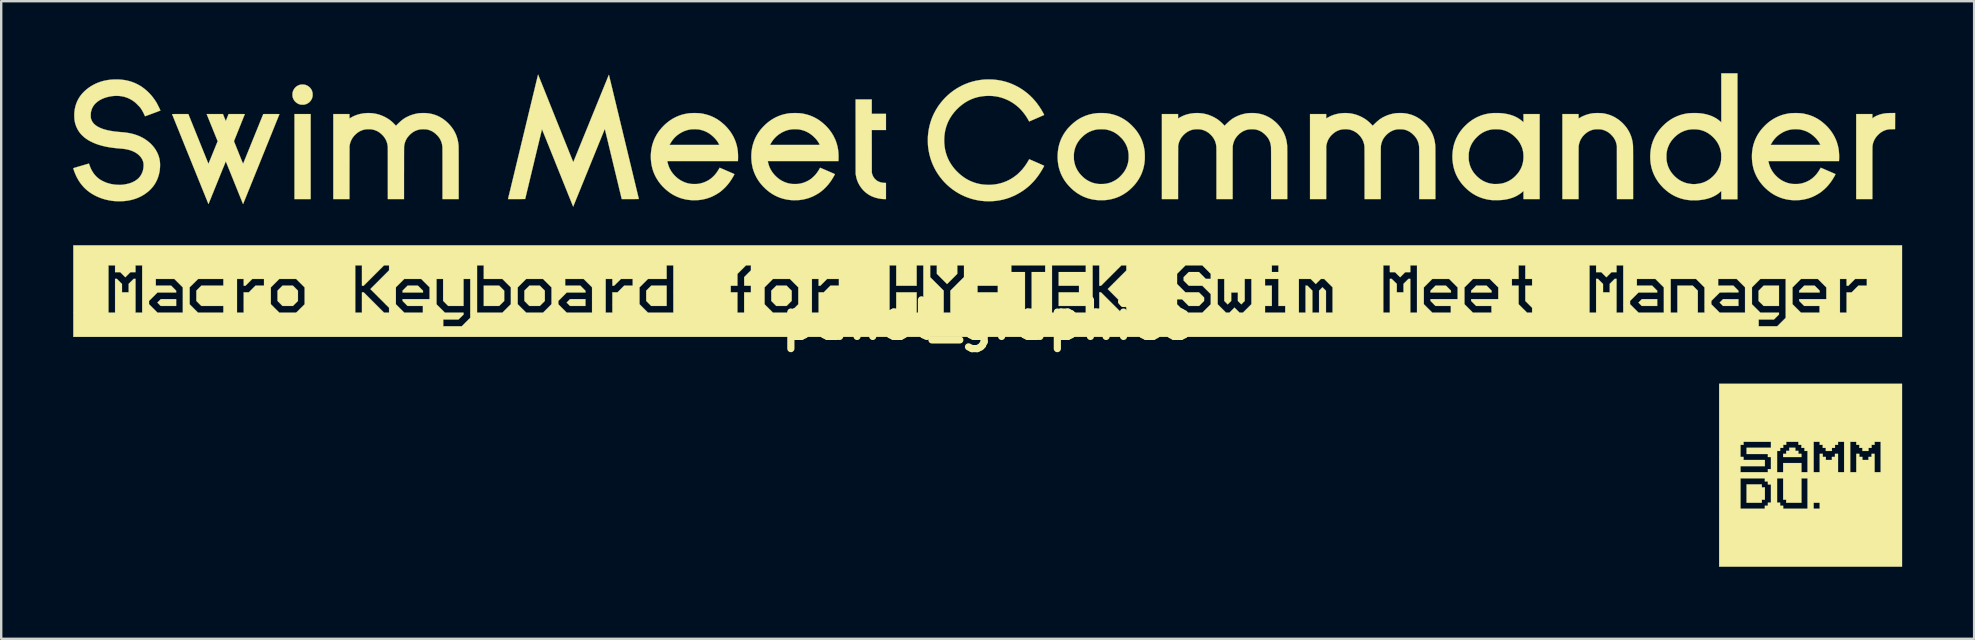
<source format=kicad_pcb>
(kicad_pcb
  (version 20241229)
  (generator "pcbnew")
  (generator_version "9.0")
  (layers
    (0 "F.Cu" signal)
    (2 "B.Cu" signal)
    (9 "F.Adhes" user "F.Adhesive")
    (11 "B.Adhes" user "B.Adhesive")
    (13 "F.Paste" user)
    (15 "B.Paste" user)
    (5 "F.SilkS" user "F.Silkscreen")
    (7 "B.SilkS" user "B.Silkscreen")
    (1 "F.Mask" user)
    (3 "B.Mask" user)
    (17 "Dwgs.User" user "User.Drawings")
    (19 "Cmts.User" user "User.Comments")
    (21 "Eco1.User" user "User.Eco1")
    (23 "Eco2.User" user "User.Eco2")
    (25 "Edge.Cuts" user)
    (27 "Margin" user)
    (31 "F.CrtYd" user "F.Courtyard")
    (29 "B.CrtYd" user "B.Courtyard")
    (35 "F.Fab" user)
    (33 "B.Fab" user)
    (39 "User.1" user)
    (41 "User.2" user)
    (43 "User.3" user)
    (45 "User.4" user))
  (footprint "panel_graphics"
    (layer "F.Cu")
    (at 38.105 10.279)
    (property "Reference" "panel_graphics" (at 0 0 0) (layer "F.SilkS") (effects (font (size 1.524 1.524) (thickness 0.3))))
    (attr through_hole)
    (fp_poly (pts (xy -28.211 -5.033) (xy -28.884 -5.033) (xy -28.884 -8.577) (xy -28.211 -8.577) (xy -28.211 -5.033)) (stroke (width 0.01) (type solid)) (fill yes) (layer "F.SilkS"))
    (fp_poly (pts (xy -20.146 -1.217) (xy -20.146 -0.789) (xy -20.356 -0.58) (xy -20.997 -0.58) (xy -20.997 -1.427) (xy -20.356 -1.427) (xy -20.146 -1.217)) (stroke (width 0.01) (type solid)) (fill yes) (layer "F.SilkS"))
    (fp_poly (pts (xy 34.667 -1.217) (xy 34.667 -1.143) (xy 33.816 -1.143) (xy 33.816 -1.217) (xy 34.025 -1.427) (xy 34.457 -1.427) (xy 34.667 -1.217)) (stroke (width 0.01) (type solid)) (fill yes) (layer "F.SilkS"))
    (fp_poly (pts (xy -33.816 -0.58) (xy -34.457 -0.58) (xy -34.527 -0.65) (xy -34.597 -0.72) (xy -34.525 -0.792) (xy -34.453 -0.864) (xy -33.816 -0.864) (xy -33.816 -0.58)) (stroke (width 0.01) (type solid)) (fill yes) (layer "F.SilkS"))
    (fp_poly (pts (xy -23.636 -1.32) (xy -23.529 -1.213) (xy -23.529 -1.143) (xy -24.38 -1.143) (xy -24.38 -1.217) (xy -24.17 -1.427) (xy -23.743 -1.427) (xy -23.636 -1.32)) (stroke (width 0.01) (type solid)) (fill yes) (layer "F.SilkS"))
    (fp_poly (pts (xy -16.76 -0.58) (xy -17.401 -0.58) (xy -17.472 -0.651) (xy -17.543 -0.722) (xy -17.472 -0.793) (xy -17.401 -0.864) (xy -16.76 -0.864) (xy -16.76 -0.58)) (stroke (width 0.01) (type solid)) (fill yes) (layer "F.SilkS"))
    (fp_poly (pts (xy -13.377 -0.58) (xy -14.019 -0.58) (xy -14.123 -0.685) (xy -14.228 -0.79) (xy -14.228 -1.217) (xy -14.019 -1.427) (xy -13.377 -1.427) (xy -13.377 -0.58)) (stroke (width 0.01) (type solid)) (fill yes) (layer "F.SilkS"))
    (fp_poly (pts (xy 19.304 -1.217) (xy 19.304 -1.143) (xy 18.453 -1.143) (xy 18.453 -1.217) (xy 18.558 -1.322) (xy 18.663 -1.427) (xy 19.095 -1.427) (xy 19.304 -1.217)) (stroke (width 0.01) (type solid)) (fill yes) (layer "F.SilkS"))
    (fp_poly (pts (xy 20.893 -1.322) (xy 20.997 -1.217) (xy 20.997 -1.143) (xy 20.146 -1.143) (xy 20.146 -1.217) (xy 20.356 -1.427) (xy 20.788 -1.427) (xy 20.893 -1.322)) (stroke (width 0.01) (type solid)) (fill yes) (layer "F.SilkS"))
    (fp_poly (pts (xy 27.898 -0.58) (xy 27.256 -0.58) (xy 27.186 -0.65) (xy 27.117 -0.72) (xy 27.189 -0.792) (xy 27.26 -0.864) (xy 27.898 -0.864) (xy 27.898 -0.58)) (stroke (width 0.01) (type solid)) (fill yes) (layer "F.SilkS"))
    (fp_poly (pts (xy 32.258 6.981) (xy 32.385 6.981) (xy 32.385 7.493) (xy 32.258 7.493) (xy 32.258 7.62) (xy 31.623 7.62) (xy 31.623 6.854) (xy 32.258 6.854) (xy 32.258 6.981)) (stroke (width 0.01) (type solid)) (fill yes) (layer "F.SilkS"))
    (fp_poly (pts (xy 30.963 -0.863) (xy 31.282 -0.861) (xy 31.283 -0.721) (xy 31.284 -0.58) (xy 30.643 -0.58) (xy 30.572 -0.651) (xy 30.501 -0.722) (xy 30.572 -0.793) (xy 30.643 -0.864) (xy 30.963 -0.863)) (stroke (width 0.01) (type solid)) (fill yes) (layer "F.SilkS"))
    (fp_poly (pts (xy 32.973 -0.58) (xy 32.655 -0.58) (xy 32.336 -0.58) (xy 32.229 -0.684) (xy 32.123 -0.788) (xy 32.123 -1.213) (xy 32.229 -1.32) (xy 32.336 -1.427) (xy 32.973 -1.427) (xy 32.973 -0.58)) (stroke (width 0.01) (type solid)) (fill yes) (layer "F.SilkS"))
    (fp_poly (pts (xy -28.845 -1.322) (xy -28.74 -1.217) (xy -28.74 -0.789) (xy -28.845 -0.685) (xy -28.95 -0.58) (xy -29.382 -0.58) (xy -29.591 -0.79) (xy -29.591 -1.217) (xy -29.381 -1.427) (xy -28.95 -1.427) (xy -28.845 -1.322)) (stroke (width 0.01) (type solid)) (fill yes) (layer "F.SilkS"))
    (fp_poly (pts (xy -18.558 -1.322) (xy -18.453 -1.217) (xy -18.453 -0.789) (xy -18.558 -0.685) (xy -18.663 -0.58) (xy -19.095 -0.58) (xy -19.304 -0.79) (xy -19.304 -1.217) (xy -19.094 -1.427) (xy -18.663 -1.427) (xy -18.558 -1.322)) (stroke (width 0.01) (type solid)) (fill yes) (layer "F.SilkS"))
    (fp_poly (pts (xy -8.273 -1.32) (xy -8.166 -1.213) (xy -8.166 -0.794) (xy -8.273 -0.687) (xy -8.38 -0.58) (xy -8.808 -0.58) (xy -8.912 -0.685) (xy -9.017 -0.79) (xy -9.017 -1.217) (xy -8.912 -1.322) (xy -8.807 -1.427) (xy -8.38 -1.427) (xy -8.273 -1.32)) (stroke (width 0.01) (type solid)) (fill yes) (layer "F.SilkS"))
    (fp_poly (pts (xy 33.655 5.457) (xy 33.782 5.457) (xy 33.782 5.584) (xy 33.909 5.584) (xy 33.909 5.715) (xy 33.147 5.715) (xy 33.147 5.584) (xy 33.274 5.584) (xy 33.274 5.457) (xy 33.401 5.457) (xy 33.401 5.33) (xy 33.655 5.33) (xy 33.655 5.457)) (stroke (width 0.01) (type solid)) (fill yes) (layer "F.SilkS"))
    (fp_poly (pts (xy -4.83 -8.585) (xy -4.238 -8.585) (xy -4.238 -7.912) (xy -4.83 -7.912) (xy -4.829 -7.024) (xy -4.828 -6.136) (xy -4.819 -6.1) (xy -4.801 -6.041) (xy -4.778 -5.987) (xy -4.749 -5.938) (xy -4.713 -5.891) (xy -4.682 -5.859) (xy -4.646 -5.825) (xy -4.609 -5.797) (xy -4.571 -5.774) (xy -4.543 -5.761) (xy -4.483 -5.739) (xy -4.419 -5.722) (xy -4.35 -5.712) (xy -4.296 -5.708) (xy -4.238 -5.705) (xy -4.238 -5.033) (xy -4.298 -5.034) (xy -4.324 -5.035) (xy -4.352 -5.035) (xy -4.377 -5.037) (xy -4.398 -5.038) (xy -4.398 -5.038) (xy -4.487 -5.049) (xy -4.576 -5.067) (xy -4.664 -5.089) (xy -4.748 -5.117) (xy -4.818 -5.144) (xy -4.903 -5.186) (xy -4.983 -5.234) (xy -5.059 -5.289) (xy -5.13 -5.351) (xy -5.161 -5.38) (xy -5.225 -5.449) (xy -5.281 -5.52) (xy -5.331 -5.595) (xy -5.376 -5.674) (xy -5.381 -5.683) (xy -5.416 -5.76) (xy -5.445 -5.838) (xy -5.469 -5.92) (xy -5.487 -6.007) (xy -5.492 -6.031) (xy -5.501 -6.09) (xy -5.502 -7.638) (xy -5.503 -9.186) (xy -4.83 -9.186) (xy -4.83 -8.585)) (stroke (width 0.01) (type solid)) (fill yes) (layer "F.SilkS"))
    (fp_poly (pts (xy -28.522 -9.808) (xy -28.49 -9.805) (xy -28.486 -9.805) (xy -28.429 -9.792) (xy -28.375 -9.772) (xy -28.324 -9.746) (xy -28.278 -9.712) (xy -28.236 -9.673) (xy -28.201 -9.629) (xy -28.171 -9.581) (xy -28.149 -9.528) (xy -28.136 -9.477) (xy -28.128 -9.423) (xy -28.127 -9.368) (xy -28.132 -9.314) (xy -28.132 -9.309) (xy -28.146 -9.252) (xy -28.168 -9.2) (xy -28.196 -9.15) (xy -28.231 -9.106) (xy -28.271 -9.066) (xy -28.317 -9.032) (xy -28.367 -9.004) (xy -28.421 -8.983) (xy -28.462 -8.973) (xy -28.488 -8.969) (xy -28.52 -8.967) (xy -28.555 -8.966) (xy -28.589 -8.968) (xy -28.621 -8.971) (xy -28.645 -8.975) (xy -28.7 -8.991) (xy -28.752 -9.016) (xy -28.801 -9.047) (xy -28.844 -9.084) (xy -28.883 -9.127) (xy -28.915 -9.175) (xy -28.941 -9.227) (xy -28.956 -9.271) (xy -28.962 -9.295) (xy -28.965 -9.326) (xy -28.968 -9.359) (xy -28.968 -9.394) (xy -28.968 -9.427) (xy -28.965 -9.456) (xy -28.963 -9.47) (xy -28.947 -9.528) (xy -28.923 -9.582) (xy -28.893 -9.632) (xy -28.856 -9.678) (xy -28.813 -9.718) (xy -28.804 -9.725) (xy -28.778 -9.742) (xy -28.747 -9.76) (xy -28.714 -9.775) (xy -28.682 -9.788) (xy -28.658 -9.796) (xy -28.628 -9.802) (xy -28.594 -9.806) (xy -28.557 -9.808) (xy -28.522 -9.808)) (stroke (width 0.01) (type solid)) (fill yes) (layer "F.SilkS"))
    (fp_poly (pts (xy 37.811 -8.284) (xy 37.81 -7.948) (xy 37.683 -7.946) (xy 37.646 -7.945) (xy 37.616 -7.944) (xy 37.591 -7.943) (xy 37.572 -7.942) (xy 37.555 -7.941) (xy 37.54 -7.939) (xy 37.525 -7.936) (xy 37.509 -7.933) (xy 37.501 -7.932) (xy 37.423 -7.912) (xy 37.351 -7.885) (xy 37.282 -7.851) (xy 37.217 -7.809) (xy 37.154 -7.76) (xy 37.145 -7.752) (xy 37.082 -7.691) (xy 37.027 -7.627) (xy 36.981 -7.561) (xy 36.942 -7.491) (xy 36.911 -7.418) (xy 36.887 -7.342) (xy 36.872 -7.262) (xy 36.868 -7.234) (xy 36.868 -7.225) (xy 36.867 -7.208) (xy 36.867 -7.184) (xy 36.866 -7.152) (xy 36.866 -7.112) (xy 36.866 -7.064) (xy 36.865 -7.008) (xy 36.865 -6.944) (xy 36.865 -6.872) (xy 36.865 -6.792) (xy 36.864 -6.704) (xy 36.864 -6.607) (xy 36.864 -6.503) (xy 36.864 -6.39) (xy 36.864 -6.268) (xy 36.864 -6.139) (xy 36.864 -6.113) (xy 36.864 -5.033) (xy 36.191 -5.033) (xy 36.191 -8.577) (xy 36.864 -8.577) (xy 36.864 -8.488) (xy 36.864 -8.461) (xy 36.864 -8.438) (xy 36.865 -8.419) (xy 36.865 -8.406) (xy 36.866 -8.399) (xy 36.866 -8.399) (xy 36.87 -8.401) (xy 36.879 -8.408) (xy 36.89 -8.416) (xy 36.941 -8.452) (xy 36.999 -8.485) (xy 37.063 -8.515) (xy 37.133 -8.542) (xy 37.207 -8.566) (xy 37.285 -8.585) (xy 37.33 -8.593) (xy 37.361 -8.599) (xy 37.391 -8.603) (xy 37.418 -8.607) (xy 37.446 -8.61) (xy 37.475 -8.612) (xy 37.507 -8.614) (xy 37.542 -8.616) (xy 37.583 -8.617) (xy 37.631 -8.618) (xy 37.648 -8.618) (xy 37.812 -8.62) (xy 37.811 -8.284)) (stroke (width 0.01) (type solid)) (fill yes) (layer "F.SilkS"))
    (fp_poly (pts (xy 25.467 -8.617) (xy 25.506 -8.616) (xy 25.54 -8.615) (xy 25.569 -8.614) (xy 25.597 -8.612) (xy 25.623 -8.609) (xy 25.651 -8.605) (xy 25.68 -8.6) (xy 25.713 -8.594) (xy 25.727 -8.591) (xy 25.83 -8.567) (xy 25.931 -8.534) (xy 26.03 -8.494) (xy 26.126 -8.446) (xy 26.218 -8.39) (xy 26.307 -8.328) (xy 26.392 -8.258) (xy 26.461 -8.194) (xy 26.539 -8.11) (xy 26.609 -8.024) (xy 26.671 -7.934) (xy 26.726 -7.841) (xy 26.773 -7.744) (xy 26.812 -7.644) (xy 26.844 -7.541) (xy 26.868 -7.433) (xy 26.884 -7.322) (xy 26.89 -7.265) (xy 26.89 -7.253) (xy 26.891 -7.233) (xy 26.891 -7.205) (xy 26.892 -7.169) (xy 26.892 -7.124) (xy 26.893 -7.071) (xy 26.893 -7.009) (xy 26.893 -6.94) (xy 26.894 -6.862) (xy 26.894 -6.776) (xy 26.894 -6.682) (xy 26.894 -6.58) (xy 26.894 -6.469) (xy 26.894 -6.351) (xy 26.894 -6.225) (xy 26.894 -6.121) (xy 26.894 -5.033) (xy 26.221 -5.033) (xy 26.219 -7.241) (xy 26.209 -7.29) (xy 26.194 -7.359) (xy 26.174 -7.422) (xy 26.15 -7.481) (xy 26.12 -7.537) (xy 26.085 -7.594) (xy 26.078 -7.603) (xy 26.061 -7.625) (xy 26.04 -7.651) (xy 26.015 -7.678) (xy 25.989 -7.706) (xy 25.962 -7.733) (xy 25.937 -7.756) (xy 25.919 -7.772) (xy 25.854 -7.82) (xy 25.784 -7.861) (xy 25.711 -7.894) (xy 25.633 -7.92) (xy 25.574 -7.934) (xy 25.557 -7.937) (xy 25.541 -7.94) (xy 25.525 -7.941) (xy 25.508 -7.943) (xy 25.486 -7.943) (xy 25.46 -7.944) (xy 25.427 -7.944) (xy 25.423 -7.944) (xy 25.386 -7.944) (xy 25.355 -7.943) (xy 25.329 -7.942) (xy 25.306 -7.94) (xy 25.284 -7.937) (xy 25.261 -7.933) (xy 25.236 -7.927) (xy 25.216 -7.922) (xy 25.155 -7.904) (xy 25.094 -7.879) (xy 25.034 -7.849) (xy 24.98 -7.815) (xy 24.971 -7.809) (xy 24.903 -7.756) (xy 24.842 -7.698) (xy 24.788 -7.636) (xy 24.742 -7.57) (xy 24.702 -7.501) (xy 24.671 -7.428) (xy 24.647 -7.353) (xy 24.63 -7.274) (xy 24.626 -7.235) (xy 24.625 -7.226) (xy 24.624 -7.208) (xy 24.624 -7.181) (xy 24.624 -7.147) (xy 24.623 -7.104) (xy 24.623 -7.053) (xy 24.622 -6.994) (xy 24.622 -6.926) (xy 24.622 -6.85) (xy 24.622 -6.765) (xy 24.621 -6.672) (xy 24.621 -6.571) (xy 24.621 -6.461) (xy 24.621 -6.343) (xy 24.621 -6.217) (xy 24.621 -6.112) (xy 24.621 -5.033) (xy 23.948 -5.033) (xy 23.948 -8.577) (xy 24.621 -8.577) (xy 24.622 -8.484) (xy 24.623 -8.391) (xy 24.666 -8.417) (xy 24.743 -8.46) (xy 24.826 -8.499) (xy 24.913 -8.534) (xy 25.001 -8.563) (xy 25.089 -8.585) (xy 25.116 -8.591) (xy 25.151 -8.598) (xy 25.181 -8.603) (xy 25.209 -8.608) (xy 25.236 -8.611) (xy 25.263 -8.613) (xy 25.293 -8.615) (xy 25.326 -8.616) (xy 25.364 -8.617) (xy 25.408 -8.617) (xy 25.421 -8.617) (xy 25.467 -8.617)) (stroke (width 0.01) (type solid)) (fill yes) (layer "F.SilkS"))
    (fp_poly (pts (xy 38.1 10.283) (xy 30.48 10.283) (xy 30.48 6.604) (xy 31.369 6.604) (xy 31.369 7.87) (xy 32.385 7.87) (xy 32.385 7.743) (xy 32.512 7.743) (xy 32.512 7.616) (xy 32.639 7.616) (xy 32.639 6.858) (xy 32.512 6.858) (xy 32.512 6.731) (xy 32.385 6.731) (xy 32.385 6.604) (xy 32.893 6.604) (xy 32.893 7.616) (xy 33.02 7.616) (xy 33.02 7.743) (xy 33.147 7.743) (xy 33.147 7.87) (xy 34.163 7.87) (xy 34.163 7.62) (xy 34.417 7.62) (xy 34.417 7.87) (xy 34.671 7.87) (xy 34.671 7.62) (xy 34.417 7.62) (xy 34.163 7.62) (xy 34.163 6.604) (xy 33.909 6.604) (xy 33.909 7.62) (xy 33.274 7.62) (xy 33.274 7.493) (xy 33.147 7.493) (xy 33.147 6.604) (xy 32.893 6.604) (xy 32.385 6.604) (xy 31.369 6.604) (xy 30.48 6.604) (xy 30.48 5.207) (xy 31.369 5.207) (xy 31.369 5.711) (xy 31.496 5.711) (xy 31.496 5.838) (xy 32.385 5.838) (xy 32.385 6.096) (xy 31.369 6.096) (xy 31.369 6.346) (xy 32.512 6.346) (xy 32.512 6.219) (xy 32.639 6.219) (xy 32.639 5.715) (xy 32.512 5.715) (xy 32.512 5.588) (xy 31.623 5.588) (xy 31.623 5.461) (xy 32.893 5.461) (xy 32.893 6.346) (xy 33.147 6.346) (xy 33.147 5.965) (xy 33.909 5.965) (xy 33.909 6.346) (xy 34.163 6.346) (xy 34.163 5.461) (xy 34.036 5.461) (xy 34.036 5.334) (xy 33.909 5.334) (xy 33.909 5.207) (xy 33.782 5.207) (xy 33.782 5.08) (xy 34.417 5.08) (xy 34.417 6.346) (xy 34.671 6.346) (xy 34.671 5.584) (xy 34.798 5.584) (xy 34.798 5.711) (xy 34.925 5.711) (xy 34.925 5.838) (xy 35.179 5.838) (xy 35.179 5.711) (xy 35.306 5.711) (xy 35.306 5.584) (xy 35.433 5.584) (xy 35.433 6.346) (xy 35.687 6.346) (xy 35.687 5.08) (xy 35.941 5.08) (xy 35.941 6.346) (xy 36.195 6.346) (xy 36.195 5.584) (xy 36.322 5.584) (xy 36.322 5.711) (xy 36.449 5.711) (xy 36.449 5.838) (xy 36.703 5.838) (xy 36.703 5.711) (xy 36.83 5.711) (xy 36.83 5.584) (xy 36.957 5.584) (xy 36.957 6.346) (xy 37.211 6.346) (xy 37.211 5.08) (xy 36.957 5.08) (xy 36.957 5.207) (xy 36.83 5.207) (xy 36.83 5.334) (xy 36.703 5.334) (xy 36.703 5.461) (xy 36.449 5.461) (xy 36.449 5.334) (xy 36.322 5.334) (xy 36.322 5.207) (xy 36.195 5.207) (xy 36.195 5.08) (xy 35.941 5.08) (xy 35.687 5.08) (xy 35.433 5.08) (xy 35.433 5.207) (xy 35.306 5.207) (xy 35.306 5.334) (xy 35.179 5.334) (xy 35.179 5.461) (xy 34.925 5.461) (xy 34.925 5.334) (xy 34.798 5.334) (xy 34.798 5.207) (xy 34.671 5.207) (xy 34.671 5.08) (xy 34.417 5.08) (xy 33.782 5.08) (xy 33.274 5.08) (xy 33.274 5.207) (xy 33.147 5.207) (xy 33.147 5.334) (xy 33.02 5.334) (xy 33.02 5.461) (xy 32.893 5.461) (xy 31.623 5.461) (xy 31.623 5.33) (xy 32.639 5.33) (xy 32.639 5.08) (xy 31.496 5.08) (xy 31.496 5.207) (xy 31.369 5.207) (xy 30.48 5.207) (xy 30.48 2.663) (xy 38.1 2.663) (xy 38.1 10.283)) (stroke (width 0.01) (type solid)) (fill yes) (layer "F.SilkS"))
    (fp_poly (pts (xy 31.242 -5.029) (xy 30.569 -5.029) (xy 30.569 -5.373) (xy 30.534 -5.34) (xy 30.465 -5.28) (xy 30.389 -5.225) (xy 30.307 -5.176) (xy 30.219 -5.132) (xy 30.125 -5.093) (xy 30.025 -5.06) (xy 29.921 -5.033) (xy 29.811 -5.011) (xy 29.696 -4.995) (xy 29.61 -4.987) (xy 29.592 -4.986) (xy 29.567 -4.985) (xy 29.537 -4.985) (xy 29.504 -4.984) (xy 29.468 -4.984) (xy 29.431 -4.983) (xy 29.395 -4.983) (xy 29.361 -4.984) (xy 29.331 -4.984) (xy 29.306 -4.984) (xy 29.287 -4.985) (xy 29.282 -4.986) (xy 29.157 -4.999) (xy 29.036 -5.02) (xy 28.918 -5.049) (xy 28.804 -5.086) (xy 28.692 -5.131) (xy 28.584 -5.183) (xy 28.48 -5.243) (xy 28.379 -5.311) (xy 28.281 -5.387) (xy 28.187 -5.47) (xy 28.14 -5.515) (xy 28.053 -5.608) (xy 27.973 -5.704) (xy 27.902 -5.804) (xy 27.838 -5.907) (xy 27.782 -6.013) (xy 27.734 -6.122) (xy 27.693 -6.234) (xy 27.66 -6.35) (xy 27.644 -6.424) (xy 27.624 -6.544) (xy 27.612 -6.666) (xy 27.608 -6.789) (xy 27.609 -6.833) (xy 28.284 -6.833) (xy 28.284 -6.796) (xy 28.284 -6.757) (xy 28.286 -6.72) (xy 28.287 -6.685) (xy 28.289 -6.654) (xy 28.292 -6.63) (xy 28.293 -6.624) (xy 28.312 -6.529) (xy 28.337 -6.439) (xy 28.369 -6.353) (xy 28.408 -6.272) (xy 28.455 -6.193) (xy 28.509 -6.116) (xy 28.567 -6.046) (xy 28.637 -5.974) (xy 28.711 -5.908) (xy 28.789 -5.85) (xy 28.871 -5.8) (xy 28.956 -5.757) (xy 29.045 -5.721) (xy 29.137 -5.693) (xy 29.232 -5.673) (xy 29.33 -5.662) (xy 29.349 -5.66) (xy 29.376 -5.658) (xy 29.398 -5.657) (xy 29.416 -5.657) (xy 29.432 -5.657) (xy 29.45 -5.657) (xy 29.471 -5.658) (xy 29.498 -5.66) (xy 29.502 -5.66) (xy 29.6 -5.67) (xy 29.695 -5.688) (xy 29.786 -5.712) (xy 29.873 -5.745) (xy 29.956 -5.785) (xy 30.037 -5.833) (xy 30.116 -5.889) (xy 30.191 -5.953) (xy 30.192 -5.953) (xy 30.264 -6.024) (xy 30.329 -6.099) (xy 30.386 -6.177) (xy 30.435 -6.259) (xy 30.477 -6.344) (xy 30.512 -6.432) (xy 30.537 -6.519) (xy 30.545 -6.555) (xy 30.552 -6.587) (xy 30.557 -6.618) (xy 30.561 -6.647) (xy 30.564 -6.678) (xy 30.566 -6.713) (xy 30.566 -6.752) (xy 30.567 -6.797) (xy 30.567 -6.837) (xy 30.566 -6.87) (xy 30.565 -6.898) (xy 30.564 -6.922) (xy 30.562 -6.943) (xy 30.56 -6.963) (xy 30.559 -6.97) (xy 30.541 -7.066) (xy 30.515 -7.158) (xy 30.482 -7.247) (xy 30.441 -7.333) (xy 30.392 -7.415) (xy 30.336 -7.493) (xy 30.272 -7.567) (xy 30.268 -7.571) (xy 30.197 -7.642) (xy 30.124 -7.705) (xy 30.049 -7.76) (xy 29.972 -7.808) (xy 29.893 -7.848) (xy 29.811 -7.881) (xy 29.725 -7.907) (xy 29.668 -7.92) (xy 29.596 -7.932) (xy 29.52 -7.94) (xy 29.44 -7.943) (xy 29.36 -7.941) (xy 29.282 -7.935) (xy 29.221 -7.927) (xy 29.128 -7.907) (xy 29.038 -7.879) (xy 28.951 -7.843) (xy 28.867 -7.8) (xy 28.786 -7.749) (xy 28.709 -7.691) (xy 28.635 -7.625) (xy 28.566 -7.553) (xy 28.501 -7.474) (xy 28.5 -7.474) (xy 28.447 -7.397) (xy 28.401 -7.315) (xy 28.362 -7.23) (xy 28.33 -7.141) (xy 28.306 -7.049) (xy 28.29 -6.955) (xy 28.287 -6.924) (xy 28.285 -6.9) (xy 28.284 -6.869) (xy 28.284 -6.833) (xy 27.609 -6.833) (xy 27.611 -6.913) (xy 27.622 -7.036) (xy 27.64 -7.157) (xy 27.646 -7.186) (xy 27.674 -7.303) (xy 27.71 -7.417) (xy 27.754 -7.528) (xy 27.805 -7.635) (xy 27.865 -7.74) (xy 27.932 -7.841) (xy 28.007 -7.939) (xy 28.09 -8.034) (xy 28.142 -8.087) (xy 28.234 -8.175) (xy 28.33 -8.254) (xy 28.43 -8.326) (xy 28.532 -8.39) (xy 28.638 -8.446) (xy 28.747 -8.494) (xy 28.86 -8.535) (xy 28.976 -8.568) (xy 29.095 -8.593) (xy 29.1 -8.594) (xy 29.14 -8.6) (xy 29.178 -8.606) (xy 29.216 -8.61) (xy 29.256 -8.613) (xy 29.299 -8.615) (xy 29.348 -8.617) (xy 29.39 -8.618) (xy 29.476 -8.618) (xy 29.555 -8.617) (xy 29.63 -8.613) (xy 29.702 -8.606) (xy 29.773 -8.597) (xy 29.844 -8.585) (xy 29.877 -8.579) (xy 29.98 -8.555) (xy 30.079 -8.525) (xy 30.174 -8.489) (xy 30.263 -8.448) (xy 30.347 -8.402) (xy 30.426 -8.35) (xy 30.497 -8.295) (xy 30.532 -8.264) (xy 30.569 -8.229) (xy 30.569 -10.274) (xy 31.242 -10.274) (xy 31.242 -5.029)) (stroke (width 0.01) (type solid)) (fill yes) (layer "F.SilkS"))
    (fp_poly (pts (xy -25.684 -8.614) (xy -25.573 -8.602) (xy -25.465 -8.581) (xy -25.358 -8.553) (xy -25.253 -8.515) (xy -25.149 -8.47) (xy -25.114 -8.452) (xy -25.049 -8.417) (xy -24.989 -8.381) (xy -24.932 -8.343) (xy -24.877 -8.301) (xy -24.823 -8.256) (xy -24.768 -8.204) (xy -24.716 -8.152) (xy -24.655 -8.09) (xy -24.595 -8.151) (xy -24.538 -8.205) (xy -24.486 -8.254) (xy -24.437 -8.297) (xy -24.39 -8.335) (xy -24.344 -8.369) (xy -24.299 -8.399) (xy -24.254 -8.426) (xy -24.207 -8.451) (xy -24.201 -8.454) (xy -24.111 -8.497) (xy -24.023 -8.532) (xy -23.936 -8.561) (xy -23.847 -8.584) (xy -23.754 -8.602) (xy -23.713 -8.609) (xy -23.685 -8.612) (xy -23.649 -8.615) (xy -23.609 -8.616) (xy -23.566 -8.618) (xy -23.521 -8.618) (xy -23.477 -8.618) (xy -23.435 -8.617) (xy -23.397 -8.616) (xy -23.364 -8.613) (xy -23.36 -8.613) (xy -23.248 -8.598) (xy -23.141 -8.575) (xy -23.038 -8.545) (xy -22.938 -8.507) (xy -22.842 -8.461) (xy -22.749 -8.408) (xy -22.659 -8.347) (xy -22.572 -8.278) (xy -22.488 -8.201) (xy -22.475 -8.188) (xy -22.397 -8.104) (xy -22.327 -8.017) (xy -22.264 -7.928) (xy -22.21 -7.834) (xy -22.163 -7.738) (xy -22.124 -7.638) (xy -22.093 -7.534) (xy -22.069 -7.427) (xy -22.053 -7.317) (xy -22.047 -7.25) (xy -22.047 -7.238) (xy -22.046 -7.218) (xy -22.046 -7.19) (xy -22.046 -7.154) (xy -22.045 -7.111) (xy -22.045 -7.059) (xy -22.045 -7.001) (xy -22.044 -6.934) (xy -22.044 -6.861) (xy -22.044 -6.781) (xy -22.044 -6.694) (xy -22.043 -6.6) (xy -22.043 -6.5) (xy -22.043 -6.394) (xy -22.043 -6.281) (xy -22.043 -6.163) (xy -22.043 -6.11) (xy -22.043 -5.033) (xy -22.716 -5.033) (xy -22.716 -6.091) (xy -22.716 -6.216) (xy -22.716 -6.334) (xy -22.716 -6.446) (xy -22.716 -6.55) (xy -22.717 -6.647) (xy -22.717 -6.736) (xy -22.717 -6.818) (xy -22.717 -6.893) (xy -22.718 -6.96) (xy -22.718 -7.019) (xy -22.718 -7.071) (xy -22.719 -7.114) (xy -22.719 -7.149) (xy -22.719 -7.176) (xy -22.72 -7.195) (xy -22.72 -7.205) (xy -22.729 -7.281) (xy -22.744 -7.351) (xy -22.765 -7.419) (xy -22.793 -7.484) (xy -22.803 -7.506) (xy -22.825 -7.546) (xy -22.848 -7.582) (xy -22.873 -7.617) (xy -22.903 -7.652) (xy -22.937 -7.69) (xy -22.947 -7.7) (xy -23.004 -7.754) (xy -23.061 -7.801) (xy -23.119 -7.841) (xy -23.179 -7.873) (xy -23.243 -7.9) (xy -23.29 -7.916) (xy -23.321 -7.924) (xy -23.349 -7.931) (xy -23.376 -7.936) (xy -23.404 -7.94) (xy -23.434 -7.942) (xy -23.469 -7.943) (xy -23.51 -7.944) (xy -23.516 -7.944) (xy -23.554 -7.944) (xy -23.584 -7.943) (xy -23.61 -7.942) (xy -23.633 -7.94) (xy -23.656 -7.936) (xy -23.679 -7.932) (xy -23.704 -7.926) (xy -23.72 -7.922) (xy -23.793 -7.9) (xy -23.865 -7.869) (xy -23.933 -7.831) (xy -23.999 -7.785) (xy -24.061 -7.732) (xy -24.119 -7.672) (xy -24.165 -7.617) (xy -24.209 -7.553) (xy -24.246 -7.484) (xy -24.275 -7.411) (xy -24.298 -7.335) (xy -24.313 -7.256) (xy -24.316 -7.227) (xy -24.317 -7.217) (xy -24.317 -7.199) (xy -24.318 -7.173) (xy -24.318 -7.139) (xy -24.318 -7.097) (xy -24.319 -7.046) (xy -24.319 -6.987) (xy -24.319 -6.92) (xy -24.32 -6.845) (xy -24.32 -6.761) (xy -24.32 -6.669) (xy -24.32 -6.568) (xy -24.32 -6.459) (xy -24.32 -6.342) (xy -24.32 -6.216) (xy -24.321 -6.108) (xy -24.321 -5.033) (xy -24.994 -5.033) (xy -24.994 -6.103) (xy -24.994 -6.236) (xy -24.994 -6.361) (xy -24.994 -6.477) (xy -24.994 -6.585) (xy -24.994 -6.684) (xy -24.994 -6.775) (xy -24.995 -6.857) (xy -24.995 -6.932) (xy -24.995 -6.997) (xy -24.995 -7.055) (xy -24.996 -7.104) (xy -24.996 -7.144) (xy -24.997 -7.177) (xy -24.997 -7.201) (xy -24.998 -7.216) (xy -24.998 -7.222) (xy -25.01 -7.304) (xy -25.029 -7.382) (xy -25.056 -7.458) (xy -25.091 -7.529) (xy -25.133 -7.597) (xy -25.183 -7.662) (xy -25.195 -7.675) (xy -25.256 -7.737) (xy -25.32 -7.791) (xy -25.386 -7.836) (xy -25.456 -7.874) (xy -25.529 -7.904) (xy -25.604 -7.926) (xy -25.683 -7.94) (xy -25.739 -7.945) (xy -25.825 -7.946) (xy -25.907 -7.94) (xy -25.986 -7.926) (xy -26.061 -7.904) (xy -26.133 -7.874) (xy -26.202 -7.837) (xy -26.268 -7.791) (xy -26.321 -7.748) (xy -26.381 -7.689) (xy -26.434 -7.627) (xy -26.479 -7.561) (xy -26.517 -7.491) (xy -26.548 -7.418) (xy -26.572 -7.339) (xy -26.582 -7.292) (xy -26.591 -7.245) (xy -26.593 -6.139) (xy -26.594 -5.033) (xy -27.267 -5.033) (xy -27.267 -8.577) (xy -26.594 -8.577) (xy -26.592 -8.391) (xy -26.547 -8.419) (xy -26.459 -8.468) (xy -26.366 -8.511) (xy -26.269 -8.547) (xy -26.168 -8.575) (xy -26.064 -8.596) (xy -26.027 -8.602) (xy -25.91 -8.615) (xy -25.796 -8.619) (xy -25.684 -8.614)) (stroke (width 0.01) (type solid)) (fill yes) (layer "F.SilkS"))
    (fp_poly (pts (xy 8.843 -8.614) (xy 8.954 -8.602) (xy 9.062 -8.581) (xy 9.169 -8.553) (xy 9.274 -8.515) (xy 9.378 -8.47) (xy 9.413 -8.452) (xy 9.478 -8.417) (xy 9.538 -8.381) (xy 9.595 -8.343) (xy 9.65 -8.301) (xy 9.704 -8.256) (xy 9.759 -8.204) (xy 9.812 -8.152) (xy 9.872 -8.09) (xy 9.932 -8.151) (xy 9.989 -8.205) (xy 10.041 -8.254) (xy 10.09 -8.297) (xy 10.137 -8.335) (xy 10.183 -8.369) (xy 10.228 -8.399) (xy 10.274 -8.426) (xy 10.32 -8.451) (xy 10.326 -8.454) (xy 10.416 -8.497) (xy 10.504 -8.532) (xy 10.591 -8.561) (xy 10.681 -8.584) (xy 10.773 -8.602) (xy 10.814 -8.609) (xy 10.843 -8.612) (xy 10.878 -8.615) (xy 10.918 -8.616) (xy 10.961 -8.618) (xy 11.006 -8.618) (xy 11.05 -8.618) (xy 11.092 -8.617) (xy 11.13 -8.616) (xy 11.163 -8.613) (xy 11.168 -8.613) (xy 11.279 -8.598) (xy 11.386 -8.575) (xy 11.489 -8.545) (xy 11.589 -8.507) (xy 11.685 -8.461) (xy 11.778 -8.408) (xy 11.868 -8.347) (xy 11.955 -8.278) (xy 12.039 -8.201) (xy 12.053 -8.188) (xy 12.13 -8.104) (xy 12.2 -8.017) (xy 12.263 -7.928) (xy 12.317 -7.834) (xy 12.364 -7.738) (xy 12.403 -7.638) (xy 12.434 -7.534) (xy 12.458 -7.427) (xy 12.474 -7.317) (xy 12.48 -7.25) (xy 12.48 -7.238) (xy 12.481 -7.218) (xy 12.481 -7.19) (xy 12.481 -7.154) (xy 12.482 -7.111) (xy 12.482 -7.059) (xy 12.483 -7.001) (xy 12.483 -6.934) (xy 12.483 -6.861) (xy 12.483 -6.781) (xy 12.483 -6.694) (xy 12.484 -6.6) (xy 12.484 -6.5) (xy 12.484 -6.394) (xy 12.484 -6.281) (xy 12.484 -6.163) (xy 12.484 -6.11) (xy 12.484 -5.033) (xy 11.811 -5.033) (xy 11.811 -6.091) (xy 11.811 -6.216) (xy 11.811 -6.334) (xy 11.811 -6.446) (xy 11.811 -6.55) (xy 11.811 -6.647) (xy 11.81 -6.736) (xy 11.81 -6.818) (xy 11.81 -6.893) (xy 11.81 -6.96) (xy 11.809 -7.019) (xy 11.809 -7.071) (xy 11.808 -7.114) (xy 11.808 -7.149) (xy 11.808 -7.176) (xy 11.807 -7.195) (xy 11.807 -7.205) (xy 11.798 -7.281) (xy 11.783 -7.351) (xy 11.762 -7.419) (xy 11.734 -7.484) (xy 11.724 -7.506) (xy 11.702 -7.546) (xy 11.679 -7.582) (xy 11.654 -7.617) (xy 11.624 -7.652) (xy 11.59 -7.69) (xy 11.58 -7.7) (xy 11.523 -7.754) (xy 11.466 -7.801) (xy 11.408 -7.841) (xy 11.348 -7.873) (xy 11.284 -7.9) (xy 11.237 -7.916) (xy 11.206 -7.924) (xy 11.178 -7.931) (xy 11.151 -7.936) (xy 11.123 -7.94) (xy 11.093 -7.942) (xy 11.058 -7.943) (xy 11.017 -7.944) (xy 11.011 -7.944) (xy 10.974 -7.944) (xy 10.943 -7.943) (xy 10.917 -7.942) (xy 10.894 -7.94) (xy 10.872 -7.936) (xy 10.849 -7.932) (xy 10.823 -7.926) (xy 10.807 -7.922) (xy 10.734 -7.9) (xy 10.662 -7.869) (xy 10.594 -7.831) (xy 10.528 -7.785) (xy 10.466 -7.732) (xy 10.408 -7.672) (xy 10.362 -7.617) (xy 10.318 -7.553) (xy 10.281 -7.484) (xy 10.252 -7.411) (xy 10.229 -7.335) (xy 10.214 -7.256) (xy 10.211 -7.227) (xy 10.21 -7.217) (xy 10.21 -7.199) (xy 10.209 -7.173) (xy 10.209 -7.139) (xy 10.209 -7.097) (xy 10.208 -7.046) (xy 10.208 -6.987) (xy 10.208 -6.92) (xy 10.207 -6.845) (xy 10.207 -6.761) (xy 10.207 -6.669) (xy 10.207 -6.568) (xy 10.207 -6.459) (xy 10.207 -6.342) (xy 10.207 -6.216) (xy 10.207 -6.108) (xy 10.207 -5.033) (xy 9.533 -5.033) (xy 9.533 -6.103) (xy 9.533 -6.236) (xy 9.533 -6.361) (xy 9.533 -6.477) (xy 9.533 -6.585) (xy 9.533 -6.684) (xy 9.533 -6.775) (xy 9.533 -6.857) (xy 9.532 -6.932) (xy 9.532 -6.997) (xy 9.532 -7.055) (xy 9.531 -7.104) (xy 9.531 -7.144) (xy 9.53 -7.177) (xy 9.53 -7.201) (xy 9.529 -7.216) (xy 9.529 -7.222) (xy 9.517 -7.304) (xy 9.498 -7.382) (xy 9.471 -7.458) (xy 9.436 -7.529) (xy 9.394 -7.597) (xy 9.344 -7.662) (xy 9.332 -7.675) (xy 9.271 -7.737) (xy 9.208 -7.791) (xy 9.141 -7.836) (xy 9.071 -7.874) (xy 8.998 -7.904) (xy 8.923 -7.926) (xy 8.844 -7.94) (xy 8.788 -7.945) (xy 8.702 -7.946) (xy 8.62 -7.94) (xy 8.541 -7.926) (xy 8.466 -7.904) (xy 8.394 -7.874) (xy 8.325 -7.837) (xy 8.259 -7.791) (xy 8.206 -7.748) (xy 8.146 -7.689) (xy 8.093 -7.627) (xy 8.048 -7.561) (xy 8.01 -7.491) (xy 7.979 -7.418) (xy 7.955 -7.339) (xy 7.945 -7.292) (xy 7.936 -7.245) (xy 7.934 -6.139) (xy 7.933 -5.033) (xy 7.26 -5.033) (xy 7.26 -8.577) (xy 7.933 -8.577) (xy 7.934 -8.484) (xy 7.935 -8.391) (xy 7.98 -8.419) (xy 8.068 -8.468) (xy 8.161 -8.511) (xy 8.258 -8.547) (xy 8.359 -8.575) (xy 8.463 -8.596) (xy 8.501 -8.602) (xy 8.617 -8.615) (xy 8.731 -8.619) (xy 8.843 -8.614)) (stroke (width 0.01) (type solid)) (fill yes) (layer "F.SilkS"))
    (fp_poly (pts (xy 15.016 -8.614) (xy 15.126 -8.602) (xy 15.235 -8.581) (xy 15.341 -8.553) (xy 15.447 -8.515) (xy 15.55 -8.47) (xy 15.585 -8.452) (xy 15.65 -8.417) (xy 15.71 -8.381) (xy 15.767 -8.343) (xy 15.822 -8.301) (xy 15.876 -8.256) (xy 15.931 -8.204) (xy 15.984 -8.152) (xy 16.044 -8.09) (xy 16.104 -8.151) (xy 16.161 -8.205) (xy 16.213 -8.254) (xy 16.263 -8.297) (xy 16.31 -8.335) (xy 16.355 -8.369) (xy 16.4 -8.399) (xy 16.446 -8.426) (xy 16.492 -8.451) (xy 16.498 -8.454) (xy 16.588 -8.497) (xy 16.676 -8.532) (xy 16.764 -8.561) (xy 16.853 -8.584) (xy 16.945 -8.602) (xy 16.986 -8.609) (xy 17.015 -8.612) (xy 17.05 -8.615) (xy 17.09 -8.616) (xy 17.133 -8.618) (xy 17.178 -8.618) (xy 17.222 -8.618) (xy 17.264 -8.617) (xy 17.303 -8.616) (xy 17.335 -8.613) (xy 17.34 -8.613) (xy 17.451 -8.598) (xy 17.558 -8.575) (xy 17.661 -8.545) (xy 17.761 -8.507) (xy 17.857 -8.461) (xy 17.95 -8.408) (xy 18.04 -8.347) (xy 18.127 -8.278) (xy 18.211 -8.201) (xy 18.225 -8.188) (xy 18.303 -8.104) (xy 18.373 -8.017) (xy 18.435 -7.928) (xy 18.489 -7.834) (xy 18.536 -7.738) (xy 18.575 -7.638) (xy 18.606 -7.534) (xy 18.63 -7.427) (xy 18.646 -7.317) (xy 18.652 -7.25) (xy 18.652 -7.238) (xy 18.653 -7.218) (xy 18.653 -7.19) (xy 18.654 -7.154) (xy 18.654 -7.111) (xy 18.654 -7.059) (xy 18.655 -7.001) (xy 18.655 -6.934) (xy 18.655 -6.861) (xy 18.655 -6.781) (xy 18.656 -6.694) (xy 18.656 -6.6) (xy 18.656 -6.5) (xy 18.656 -6.394) (xy 18.656 -6.281) (xy 18.656 -6.163) (xy 18.656 -6.11) (xy 18.656 -5.033) (xy 17.983 -5.033) (xy 17.983 -6.091) (xy 17.983 -6.216) (xy 17.983 -6.334) (xy 17.983 -6.446) (xy 17.983 -6.55) (xy 17.983 -6.647) (xy 17.983 -6.736) (xy 17.982 -6.818) (xy 17.982 -6.893) (xy 17.982 -6.96) (xy 17.981 -7.019) (xy 17.981 -7.071) (xy 17.981 -7.114) (xy 17.98 -7.149) (xy 17.98 -7.176) (xy 17.979 -7.195) (xy 17.979 -7.205) (xy 17.97 -7.281) (xy 17.955 -7.351) (xy 17.934 -7.419) (xy 17.907 -7.484) (xy 17.896 -7.506) (xy 17.874 -7.546) (xy 17.851 -7.582) (xy 17.826 -7.617) (xy 17.797 -7.652) (xy 17.762 -7.69) (xy 17.752 -7.7) (xy 17.696 -7.754) (xy 17.639 -7.801) (xy 17.58 -7.841) (xy 17.52 -7.873) (xy 17.456 -7.9) (xy 17.41 -7.916) (xy 17.378 -7.924) (xy 17.35 -7.931) (xy 17.323 -7.936) (xy 17.295 -7.94) (xy 17.265 -7.942) (xy 17.231 -7.943) (xy 17.19 -7.944) (xy 17.183 -7.944) (xy 17.146 -7.944) (xy 17.115 -7.943) (xy 17.089 -7.942) (xy 17.066 -7.94) (xy 17.044 -7.936) (xy 17.021 -7.932) (xy 16.995 -7.926) (xy 16.979 -7.922) (xy 16.906 -7.9) (xy 16.835 -7.869) (xy 16.766 -7.831) (xy 16.701 -7.785) (xy 16.638 -7.732) (xy 16.58 -7.672) (xy 16.534 -7.617) (xy 16.49 -7.553) (xy 16.453 -7.484) (xy 16.424 -7.411) (xy 16.401 -7.335) (xy 16.387 -7.256) (xy 16.383 -7.227) (xy 16.383 -7.217) (xy 16.382 -7.199) (xy 16.382 -7.173) (xy 16.381 -7.139) (xy 16.381 -7.097) (xy 16.38 -7.046) (xy 16.38 -6.987) (xy 16.38 -6.92) (xy 16.38 -6.845) (xy 16.379 -6.761) (xy 16.379 -6.669) (xy 16.379 -6.568) (xy 16.379 -6.459) (xy 16.379 -6.342) (xy 16.379 -6.216) (xy 16.379 -6.108) (xy 16.379 -5.033) (xy 15.706 -5.033) (xy 15.706 -6.103) (xy 15.706 -6.236) (xy 15.706 -6.361) (xy 15.705 -6.477) (xy 15.705 -6.585) (xy 15.705 -6.684) (xy 15.705 -6.775) (xy 15.705 -6.857) (xy 15.704 -6.932) (xy 15.704 -6.997) (xy 15.704 -7.055) (xy 15.703 -7.104) (xy 15.703 -7.144) (xy 15.703 -7.177) (xy 15.702 -7.201) (xy 15.702 -7.216) (xy 15.701 -7.222) (xy 15.69 -7.304) (xy 15.67 -7.382) (xy 15.643 -7.458) (xy 15.608 -7.529) (xy 15.566 -7.597) (xy 15.516 -7.662) (xy 15.504 -7.675) (xy 15.443 -7.737) (xy 15.38 -7.791) (xy 15.313 -7.836) (xy 15.243 -7.874) (xy 15.171 -7.904) (xy 15.095 -7.926) (xy 15.017 -7.94) (xy 14.96 -7.945) (xy 14.874 -7.946) (xy 14.792 -7.94) (xy 14.714 -7.926) (xy 14.638 -7.904) (xy 14.566 -7.874) (xy 14.497 -7.837) (xy 14.431 -7.791) (xy 14.379 -7.748) (xy 14.318 -7.689) (xy 14.265 -7.627) (xy 14.22 -7.561) (xy 14.182 -7.491) (xy 14.151 -7.418) (xy 14.128 -7.339) (xy 14.117 -7.292) (xy 14.108 -7.245) (xy 14.107 -6.139) (xy 14.105 -5.033) (xy 13.432 -5.033) (xy 13.432 -8.577) (xy 14.105 -8.577) (xy 14.106 -8.484) (xy 14.108 -8.391) (xy 14.152 -8.419) (xy 14.24 -8.468) (xy 14.333 -8.511) (xy 14.43 -8.547) (xy 14.531 -8.575) (xy 14.635 -8.596) (xy 14.673 -8.602) (xy 14.789 -8.615) (xy 14.903 -8.619) (xy 15.016 -8.614)) (stroke (width 0.01) (type solid)) (fill yes) (layer "F.SilkS"))
    (fp_poly (pts (xy 21.239 -8.619) (xy 21.279 -8.618) (xy 21.316 -8.617) (xy 21.347 -8.616) (xy 21.366 -8.615) (xy 21.479 -8.604) (xy 21.586 -8.588) (xy 21.687 -8.568) (xy 21.782 -8.543) (xy 21.873 -8.514) (xy 21.92 -8.495) (xy 22.003 -8.459) (xy 22.083 -8.416) (xy 22.16 -8.368) (xy 22.231 -8.316) (xy 22.296 -8.261) (xy 22.3 -8.258) (xy 22.327 -8.233) (xy 22.327 -8.577) (xy 23 -8.577) (xy 23 -5.033) (xy 22.327 -5.033) (xy 22.327 -5.373) (xy 22.296 -5.344) (xy 22.234 -5.292) (xy 22.166 -5.242) (xy 22.092 -5.195) (xy 22.015 -5.153) (xy 21.936 -5.117) (xy 21.924 -5.112) (xy 21.848 -5.084) (xy 21.77 -5.059) (xy 21.688 -5.038) (xy 21.601 -5.02) (xy 21.509 -5.006) (xy 21.435 -4.997) (xy 21.415 -4.995) (xy 21.387 -4.993) (xy 21.354 -4.992) (xy 21.316 -4.991) (xy 21.276 -4.99) (xy 21.234 -4.989) (xy 21.191 -4.989) (xy 21.15 -4.988) (xy 21.111 -4.989) (xy 21.076 -4.989) (xy 21.046 -4.99) (xy 21.022 -4.991) (xy 21.012 -4.991) (xy 20.887 -5.007) (xy 20.766 -5.03) (xy 20.649 -5.061) (xy 20.535 -5.099) (xy 20.424 -5.145) (xy 20.317 -5.199) (xy 20.213 -5.261) (xy 20.163 -5.294) (xy 20.068 -5.365) (xy 19.976 -5.442) (xy 19.889 -5.525) (xy 19.807 -5.613) (xy 19.731 -5.705) (xy 19.662 -5.801) (xy 19.6 -5.899) (xy 19.576 -5.942) (xy 19.523 -6.047) (xy 19.478 -6.156) (xy 19.441 -6.269) (xy 19.41 -6.384) (xy 19.388 -6.503) (xy 19.373 -6.623) (xy 19.365 -6.745) (xy 19.366 -6.777) (xy 20.042 -6.777) (xy 20.043 -6.739) (xy 20.044 -6.704) (xy 20.045 -6.673) (xy 20.047 -6.649) (xy 20.048 -6.64) (xy 20.067 -6.543) (xy 20.092 -6.45) (xy 20.124 -6.362) (xy 20.163 -6.278) (xy 20.21 -6.198) (xy 20.264 -6.12) (xy 20.326 -6.046) (xy 20.396 -5.974) (xy 20.414 -5.958) (xy 20.488 -5.894) (xy 20.566 -5.838) (xy 20.648 -5.789) (xy 20.733 -5.748) (xy 20.82 -5.715) (xy 20.909 -5.689) (xy 21.001 -5.672) (xy 21.023 -5.669) (xy 21.041 -5.666) (xy 21.059 -5.664) (xy 21.071 -5.663) (xy 21.074 -5.663) (xy 21.088 -5.662) (xy 21.11 -5.661) (xy 21.136 -5.661) (xy 21.167 -5.661) (xy 21.2 -5.662) (xy 21.234 -5.663) (xy 21.267 -5.664) (xy 21.297 -5.666) (xy 21.324 -5.667) (xy 21.345 -5.669) (xy 21.357 -5.67) (xy 21.45 -5.688) (xy 21.537 -5.712) (xy 21.62 -5.743) (xy 21.7 -5.78) (xy 21.778 -5.824) (xy 21.819 -5.851) (xy 21.865 -5.884) (xy 21.91 -5.92) (xy 21.955 -5.96) (xy 22.001 -6.006) (xy 22.009 -6.014) (xy 22.076 -6.088) (xy 22.135 -6.165) (xy 22.185 -6.245) (xy 22.228 -6.328) (xy 22.263 -6.414) (xy 22.291 -6.504) (xy 22.31 -6.596) (xy 22.322 -6.693) (xy 22.327 -6.793) (xy 22.327 -6.799) (xy 22.324 -6.887) (xy 22.317 -6.969) (xy 22.303 -7.048) (xy 22.285 -7.123) (xy 22.26 -7.197) (xy 22.228 -7.271) (xy 22.214 -7.3) (xy 22.178 -7.37) (xy 22.137 -7.434) (xy 22.093 -7.495) (xy 22.042 -7.554) (xy 21.995 -7.604) (xy 21.925 -7.67) (xy 21.854 -7.727) (xy 21.782 -7.778) (xy 21.706 -7.821) (xy 21.682 -7.833) (xy 21.637 -7.855) (xy 21.597 -7.872) (xy 21.557 -7.887) (xy 21.516 -7.9) (xy 21.47 -7.912) (xy 21.434 -7.921) (xy 21.402 -7.928) (xy 21.372 -7.933) (xy 21.343 -7.937) (xy 21.313 -7.94) (xy 21.28 -7.942) (xy 21.243 -7.943) (xy 21.2 -7.944) (xy 21.181 -7.944) (xy 21.137 -7.944) (xy 21.099 -7.943) (xy 21.066 -7.942) (xy 21.036 -7.939) (xy 21.008 -7.936) (xy 20.98 -7.931) (xy 20.95 -7.925) (xy 20.917 -7.918) (xy 20.9 -7.914) (xy 20.81 -7.887) (xy 20.723 -7.853) (xy 20.638 -7.811) (xy 20.557 -7.761) (xy 20.479 -7.703) (xy 20.405 -7.638) (xy 20.333 -7.565) (xy 20.33 -7.561) (xy 20.267 -7.486) (xy 20.213 -7.409) (xy 20.166 -7.33) (xy 20.126 -7.247) (xy 20.094 -7.162) (xy 20.069 -7.072) (xy 20.051 -6.977) (xy 20.05 -6.977) (xy 20.048 -6.955) (xy 20.046 -6.926) (xy 20.044 -6.893) (xy 20.043 -6.856) (xy 20.042 -6.817) (xy 20.042 -6.777) (xy 19.366 -6.777) (xy 19.366 -6.868) (xy 19.367 -6.892) (xy 19.376 -7.011) (xy 19.392 -7.125) (xy 19.413 -7.234) (xy 19.441 -7.34) (xy 19.476 -7.443) (xy 19.517 -7.543) (xy 19.552 -7.616) (xy 19.599 -7.703) (xy 19.649 -7.786) (xy 19.703 -7.864) (xy 19.763 -7.941) (xy 19.828 -8.016) (xy 19.901 -8.092) (xy 19.919 -8.11) (xy 20.012 -8.195) (xy 20.109 -8.272) (xy 20.209 -8.342) (xy 20.312 -8.404) (xy 20.419 -8.458) (xy 20.53 -8.505) (xy 20.644 -8.544) (xy 20.761 -8.575) (xy 20.881 -8.598) (xy 21.004 -8.613) (xy 21.02 -8.615) (xy 21.045 -8.616) (xy 21.077 -8.617) (xy 21.114 -8.618) (xy 21.155 -8.619) (xy 21.197 -8.619) (xy 21.239 -8.619)) (stroke (width 0.01) (type solid)) (fill yes) (layer "F.SilkS"))
    (fp_poly (pts (xy 4.749 -8.619) (xy 4.798 -8.618) (xy 4.845 -8.616) (xy 4.89 -8.614) (xy 4.931 -8.611) (xy 4.966 -8.608) (xy 4.974 -8.607) (xy 5.096 -8.587) (xy 5.213 -8.561) (xy 5.326 -8.527) (xy 5.436 -8.486) (xy 5.542 -8.437) (xy 5.644 -8.381) (xy 5.726 -8.33) (xy 5.785 -8.289) (xy 5.841 -8.247) (xy 5.895 -8.203) (xy 5.948 -8.155) (xy 6.004 -8.102) (xy 6.018 -8.088) (xy 6.105 -7.996) (xy 6.184 -7.901) (xy 6.255 -7.804) (xy 6.318 -7.703) (xy 6.374 -7.599) (xy 6.422 -7.492) (xy 6.462 -7.38) (xy 6.495 -7.265) (xy 6.521 -7.146) (xy 6.539 -7.032) (xy 6.541 -7.007) (xy 6.543 -6.975) (xy 6.545 -6.938) (xy 6.547 -6.897) (xy 6.548 -6.854) (xy 6.548 -6.811) (xy 6.548 -6.768) (xy 6.548 -6.728) (xy 6.547 -6.692) (xy 6.546 -6.662) (xy 6.545 -6.652) (xy 6.532 -6.529) (xy 6.511 -6.41) (xy 6.483 -6.294) (xy 6.447 -6.183) (xy 6.404 -6.074) (xy 6.353 -5.969) (xy 6.295 -5.866) (xy 6.228 -5.765) (xy 6.153 -5.665) (xy 6.135 -5.643) (xy 6.113 -5.618) (xy 6.087 -5.589) (xy 6.057 -5.558) (xy 6.025 -5.525) (xy 5.992 -5.492) (xy 5.96 -5.461) (xy 5.929 -5.433) (xy 5.903 -5.409) (xy 5.893 -5.401) (xy 5.796 -5.325) (xy 5.697 -5.258) (xy 5.597 -5.198) (xy 5.495 -5.146) (xy 5.389 -5.102) (xy 5.281 -5.064) (xy 5.168 -5.034) (xy 5.052 -5.011) (xy 4.974 -4.999) (xy 4.953 -4.997) (xy 4.931 -4.994) (xy 4.91 -4.993) (xy 4.886 -4.991) (xy 4.858 -4.99) (xy 4.826 -4.99) (xy 4.788 -4.989) (xy 4.756 -4.989) (xy 4.719 -4.989) (xy 4.684 -4.989) (xy 4.65 -4.989) (xy 4.62 -4.989) (xy 4.595 -4.99) (xy 4.576 -4.991) (xy 4.568 -4.991) (xy 4.442 -5.007) (xy 4.321 -5.029) (xy 4.203 -5.059) (xy 4.09 -5.097) (xy 3.98 -5.142) (xy 3.874 -5.195) (xy 3.771 -5.255) (xy 3.672 -5.323) (xy 3.575 -5.399) (xy 3.482 -5.483) (xy 3.464 -5.501) (xy 3.376 -5.592) (xy 3.296 -5.686) (xy 3.223 -5.783) (xy 3.159 -5.883) (xy 3.102 -5.987) (xy 3.052 -6.094) (xy 3.01 -6.205) (xy 2.975 -6.32) (xy 2.968 -6.349) (xy 2.945 -6.457) (xy 2.928 -6.57) (xy 2.918 -6.685) (xy 2.914 -6.802) (xy 2.915 -6.821) (xy 3.592 -6.821) (xy 3.592 -6.784) (xy 3.592 -6.747) (xy 3.593 -6.713) (xy 3.594 -6.683) (xy 3.596 -6.659) (xy 3.598 -6.644) (xy 3.616 -6.547) (xy 3.641 -6.455) (xy 3.673 -6.367) (xy 3.713 -6.283) (xy 3.759 -6.202) (xy 3.814 -6.124) (xy 3.834 -6.098) (xy 3.858 -6.07) (xy 3.886 -6.039) (xy 3.917 -6.006) (xy 3.95 -5.974) (xy 3.981 -5.944) (xy 4.011 -5.918) (xy 4.026 -5.905) (xy 4.105 -5.847) (xy 4.186 -5.797) (xy 4.269 -5.755) (xy 4.355 -5.72) (xy 4.446 -5.693) (xy 4.54 -5.674) (xy 4.59 -5.666) (xy 4.616 -5.664) (xy 4.648 -5.662) (xy 4.685 -5.661) (xy 4.724 -5.661) (xy 4.765 -5.662) (xy 4.806 -5.663) (xy 4.844 -5.664) (xy 4.877 -5.667) (xy 4.904 -5.67) (xy 4.911 -5.67) (xy 4.946 -5.677) (xy 4.986 -5.685) (xy 5.027 -5.695) (xy 5.067 -5.706) (xy 5.103 -5.717) (xy 5.129 -5.725) (xy 5.188 -5.75) (xy 5.25 -5.78) (xy 5.311 -5.814) (xy 5.37 -5.851) (xy 5.423 -5.89) (xy 5.438 -5.901) (xy 5.453 -5.914) (xy 5.472 -5.93) (xy 5.493 -5.95) (xy 5.514 -5.97) (xy 5.526 -5.982) (xy 5.595 -6.054) (xy 5.657 -6.129) (xy 5.71 -6.206) (xy 5.756 -6.286) (xy 5.794 -6.369) (xy 5.826 -6.457) (xy 5.85 -6.549) (xy 5.865 -6.629) (xy 5.869 -6.659) (xy 5.872 -6.694) (xy 5.874 -6.735) (xy 5.875 -6.777) (xy 5.875 -6.821) (xy 5.874 -6.862) (xy 5.873 -6.9) (xy 5.87 -6.933) (xy 5.87 -6.938) (xy 5.855 -7.033) (xy 5.834 -7.123) (xy 5.807 -7.208) (xy 5.771 -7.291) (xy 5.729 -7.371) (xy 5.678 -7.449) (xy 5.648 -7.491) (xy 5.629 -7.514) (xy 5.605 -7.542) (xy 5.577 -7.572) (xy 5.546 -7.603) (xy 5.515 -7.634) (xy 5.483 -7.664) (xy 5.454 -7.69) (xy 5.427 -7.713) (xy 5.412 -7.724) (xy 5.337 -7.776) (xy 5.262 -7.821) (xy 5.185 -7.858) (xy 5.106 -7.888) (xy 5.023 -7.912) (xy 4.986 -7.921) (xy 4.954 -7.928) (xy 4.924 -7.934) (xy 4.895 -7.938) (xy 4.864 -7.941) (xy 4.831 -7.942) (xy 4.793 -7.943) (xy 4.749 -7.944) (xy 4.737 -7.944) (xy 4.692 -7.944) (xy 4.653 -7.943) (xy 4.62 -7.942) (xy 4.594 -7.94) (xy 4.578 -7.938) (xy 4.483 -7.921) (xy 4.393 -7.898) (xy 4.307 -7.867) (xy 4.225 -7.83) (xy 4.146 -7.786) (xy 4.069 -7.734) (xy 4.026 -7.701) (xy 4.001 -7.68) (xy 3.972 -7.653) (xy 3.941 -7.623) (xy 3.909 -7.592) (xy 3.879 -7.561) (xy 3.853 -7.531) (xy 3.831 -7.506) (xy 3.775 -7.429) (xy 3.726 -7.351) (xy 3.685 -7.269) (xy 3.651 -7.185) (xy 3.624 -7.096) (xy 3.604 -7.003) (xy 3.598 -6.966) (xy 3.596 -6.948) (xy 3.594 -6.922) (xy 3.593 -6.892) (xy 3.592 -6.857) (xy 3.592 -6.821) (xy 2.915 -6.821) (xy 2.918 -6.918) (xy 2.928 -7.034) (xy 2.944 -7.147) (xy 2.951 -7.182) (xy 2.978 -7.299) (xy 3.014 -7.412) (xy 3.056 -7.522) (xy 3.107 -7.629) (xy 3.165 -7.733) (xy 3.232 -7.835) (xy 3.306 -7.934) (xy 3.326 -7.959) (xy 3.341 -7.975) (xy 3.36 -7.996) (xy 3.382 -8.02) (xy 3.407 -8.046) (xy 3.432 -8.072) (xy 3.452 -8.092) (xy 3.534 -8.17) (xy 3.617 -8.24) (xy 3.701 -8.304) (xy 3.788 -8.361) (xy 3.878 -8.413) (xy 3.915 -8.432) (xy 4.021 -8.481) (xy 4.129 -8.523) (xy 4.24 -8.557) (xy 4.355 -8.584) (xy 4.474 -8.604) (xy 4.582 -8.615) (xy 4.616 -8.617) (xy 4.656 -8.618) (xy 4.701 -8.619) (xy 4.749 -8.619)) (stroke (width 0.01) (type solid)) (fill yes) (layer "F.SilkS"))
    (fp_poly (pts (xy -12.209 -8.617) (xy -12.155 -8.617) (xy -12.108 -8.616) (xy -12.067 -8.614) (xy -12.029 -8.612) (xy -11.994 -8.609) (xy -11.96 -8.605) (xy -11.925 -8.6) (xy -11.888 -8.594) (xy -11.847 -8.586) (xy -11.843 -8.585) (xy -11.725 -8.557) (xy -11.61 -8.522) (xy -11.499 -8.479) (xy -11.391 -8.428) (xy -11.287 -8.37) (xy -11.186 -8.304) (xy -11.089 -8.23) (xy -10.994 -8.148) (xy -10.948 -8.105) (xy -10.868 -8.022) (xy -10.795 -7.938) (xy -10.729 -7.852) (xy -10.669 -7.762) (xy -10.614 -7.669) (xy -10.581 -7.605) (xy -10.536 -7.507) (xy -10.498 -7.409) (xy -10.467 -7.31) (xy -10.442 -7.209) (xy -10.422 -7.103) (xy -10.419 -7.08) (xy -10.41 -7.002) (xy -10.404 -6.917) (xy -10.401 -6.829) (xy -10.402 -6.737) (xy -10.404 -6.671) (xy -10.407 -6.617) (xy -13.348 -6.617) (xy -13.346 -6.599) (xy -13.344 -6.588) (xy -13.34 -6.57) (xy -13.335 -6.55) (xy -13.33 -6.529) (xy -13.304 -6.437) (xy -13.269 -6.348) (xy -13.227 -6.263) (xy -13.178 -6.181) (xy -13.121 -6.102) (xy -13.056 -6.027) (xy -12.984 -5.957) (xy -12.924 -5.905) (xy -12.856 -5.854) (xy -12.782 -5.808) (xy -12.705 -5.767) (xy -12.626 -5.733) (xy -12.546 -5.705) (xy -12.466 -5.685) (xy -12.463 -5.684) (xy -12.431 -5.677) (xy -12.403 -5.672) (xy -12.377 -5.669) (xy -12.352 -5.666) (xy -12.326 -5.664) (xy -12.297 -5.663) (xy -12.263 -5.662) (xy -12.223 -5.662) (xy -12.217 -5.662) (xy -12.172 -5.662) (xy -12.132 -5.663) (xy -12.098 -5.665) (xy -12.067 -5.668) (xy -12.037 -5.672) (xy -12.006 -5.677) (xy -11.973 -5.685) (xy -11.94 -5.693) (xy -11.853 -5.718) (xy -11.767 -5.752) (xy -11.683 -5.792) (xy -11.603 -5.839) (xy -11.537 -5.885) (xy -11.514 -5.904) (xy -11.487 -5.927) (xy -11.458 -5.954) (xy -11.428 -5.982) (xy -11.4 -6.01) (xy -11.375 -6.037) (xy -11.358 -6.056) (xy -11.312 -6.113) (xy -11.268 -6.175) (xy -11.227 -6.239) (xy -11.192 -6.298) (xy -11.183 -6.314) (xy -11.175 -6.328) (xy -11.17 -6.337) (xy -11.168 -6.339) (xy -11.164 -6.338) (xy -11.153 -6.333) (xy -11.135 -6.326) (xy -11.112 -6.316) (xy -11.084 -6.304) (xy -11.052 -6.291) (xy -11.016 -6.276) (xy -10.978 -6.259) (xy -10.938 -6.242) (xy -10.896 -6.224) (xy -10.854 -6.206) (xy -10.812 -6.187) (xy -10.771 -6.17) (xy -10.731 -6.152) (xy -10.694 -6.136) (xy -10.66 -6.121) (xy -10.629 -6.108) (xy -10.603 -6.096) (xy -10.582 -6.087) (xy -10.567 -6.08) (xy -10.559 -6.076) (xy -10.558 -6.076) (xy -10.556 -6.073) (xy -10.556 -6.067) (xy -10.559 -6.059) (xy -10.564 -6.046) (xy -10.573 -6.029) (xy -10.585 -6.007) (xy -10.601 -5.978) (xy -10.615 -5.952) (xy -10.683 -5.841) (xy -10.756 -5.735) (xy -10.834 -5.635) (xy -10.917 -5.542) (xy -11.005 -5.455) (xy -11.097 -5.375) (xy -11.16 -5.326) (xy -11.208 -5.292) (xy -11.262 -5.258) (xy -11.321 -5.223) (xy -11.381 -5.19) (xy -11.441 -5.159) (xy -11.499 -5.132) (xy -11.54 -5.115) (xy -11.654 -5.073) (xy -11.771 -5.04) (xy -11.891 -5.014) (xy -12.012 -4.996) (xy -12.041 -4.993) (xy -12.064 -4.992) (xy -12.092 -4.99) (xy -12.126 -4.989) (xy -12.163 -4.988) (xy -12.202 -4.988) (xy -12.241 -4.987) (xy -12.278 -4.987) (xy -12.311 -4.988) (xy -12.34 -4.989) (xy -12.361 -4.99) (xy -12.486 -5.003) (xy -12.607 -5.024) (xy -12.725 -5.053) (xy -12.84 -5.09) (xy -12.951 -5.135) (xy -13.059 -5.187) (xy -13.164 -5.247) (xy -13.265 -5.315) (xy -13.363 -5.391) (xy -13.457 -5.474) (xy -13.548 -5.565) (xy -13.613 -5.637) (xy -13.687 -5.73) (xy -13.755 -5.828) (xy -13.816 -5.93) (xy -13.871 -6.036) (xy -13.917 -6.144) (xy -13.956 -6.255) (xy -13.976 -6.327) (xy -14.002 -6.441) (xy -14.021 -6.559) (xy -14.032 -6.679) (xy -14.036 -6.799) (xy -14.033 -6.92) (xy -14.022 -7.039) (xy -14.004 -7.156) (xy -13.979 -7.27) (xy -13.978 -7.272) (xy -13.973 -7.29) (xy -13.258 -7.29) (xy -12.219 -7.29) (xy -12.126 -7.29) (xy -12.035 -7.29) (xy -11.947 -7.29) (xy -11.862 -7.29) (xy -11.779 -7.29) (xy -11.701 -7.29) (xy -11.627 -7.29) (xy -11.557 -7.29) (xy -11.492 -7.291) (xy -11.432 -7.291) (xy -11.377 -7.291) (xy -11.329 -7.291) (xy -11.286 -7.291) (xy -11.251 -7.291) (xy -11.222 -7.292) (xy -11.2 -7.292) (xy -11.186 -7.292) (xy -11.18 -7.292) (xy -11.18 -7.292) (xy -11.182 -7.299) (xy -11.188 -7.311) (xy -11.197 -7.327) (xy -11.207 -7.346) (xy -11.219 -7.367) (xy -11.232 -7.388) (xy -11.244 -7.407) (xy -11.251 -7.419) (xy -11.282 -7.463) (xy -11.314 -7.504) (xy -11.347 -7.543) (xy -11.385 -7.584) (xy -11.406 -7.605) (xy -11.48 -7.674) (xy -11.555 -7.734) (xy -11.633 -7.786) (xy -11.714 -7.831) (xy -11.798 -7.869) (xy -11.886 -7.899) (xy -11.978 -7.923) (xy -12.047 -7.936) (xy -12.07 -7.939) (xy -12.1 -7.941) (xy -12.135 -7.943) (xy -12.172 -7.944) (xy -12.211 -7.945) (xy -12.248 -7.945) (xy -12.282 -7.945) (xy -12.312 -7.943) (xy -12.328 -7.942) (xy -12.414 -7.931) (xy -12.495 -7.914) (xy -12.572 -7.891) (xy -12.648 -7.863) (xy -12.717 -7.831) (xy -12.754 -7.812) (xy -12.796 -7.788) (xy -12.838 -7.761) (xy -12.88 -7.734) (xy -12.918 -7.707) (xy -12.933 -7.695) (xy -12.999 -7.639) (xy -13.061 -7.575) (xy -13.12 -7.505) (xy -13.176 -7.427) (xy -13.229 -7.341) (xy -13.233 -7.334) (xy -13.258 -7.29) (xy -13.973 -7.29) (xy -13.944 -7.387) (xy -13.903 -7.499) (xy -13.853 -7.607) (xy -13.796 -7.712) (xy -13.732 -7.813) (xy -13.659 -7.912) (xy -13.579 -8.007) (xy -13.502 -8.088) (xy -13.41 -8.175) (xy -13.313 -8.254) (xy -13.214 -8.326) (xy -13.111 -8.39) (xy -13.005 -8.446) (xy -12.896 -8.494) (xy -12.784 -8.535) (xy -12.669 -8.568) (xy -12.551 -8.592) (xy -12.533 -8.595) (xy -12.498 -8.601) (xy -12.467 -8.605) (xy -12.439 -8.609) (xy -12.411 -8.612) (xy -12.383 -8.614) (xy -12.352 -8.615) (xy -12.319 -8.616) (xy -12.28 -8.617) (xy -12.235 -8.617) (xy -12.209 -8.617)) (stroke (width 0.01) (type solid)) (fill yes) (layer "F.SilkS"))
    (fp_poly (pts (xy -8.022 -8.617) (xy -7.968 -8.617) (xy -7.922 -8.616) (xy -7.88 -8.614) (xy -7.843 -8.612) (xy -7.808 -8.609) (xy -7.773 -8.605) (xy -7.738 -8.6) (xy -7.701 -8.594) (xy -7.66 -8.586) (xy -7.656 -8.585) (xy -7.538 -8.557) (xy -7.423 -8.522) (xy -7.312 -8.479) (xy -7.205 -8.428) (xy -7.1 -8.37) (xy -6.999 -8.304) (xy -6.902 -8.23) (xy -6.807 -8.148) (xy -6.761 -8.105) (xy -6.681 -8.022) (xy -6.608 -7.938) (xy -6.542 -7.852) (xy -6.482 -7.762) (xy -6.427 -7.669) (xy -6.395 -7.605) (xy -6.349 -7.507) (xy -6.311 -7.409) (xy -6.28 -7.31) (xy -6.255 -7.209) (xy -6.235 -7.103) (xy -6.232 -7.08) (xy -6.223 -7.002) (xy -6.217 -6.917) (xy -6.214 -6.829) (xy -6.215 -6.737) (xy -6.217 -6.671) (xy -6.22 -6.617) (xy -9.162 -6.617) (xy -9.159 -6.599) (xy -9.157 -6.588) (xy -9.153 -6.57) (xy -9.148 -6.55) (xy -9.143 -6.529) (xy -9.117 -6.437) (xy -9.083 -6.348) (xy -9.041 -6.263) (xy -8.991 -6.181) (xy -8.934 -6.102) (xy -8.869 -6.027) (xy -8.798 -5.957) (xy -8.737 -5.905) (xy -8.669 -5.854) (xy -8.596 -5.808) (xy -8.519 -5.767) (xy -8.439 -5.733) (xy -8.359 -5.705) (xy -8.28 -5.685) (xy -8.276 -5.684) (xy -8.244 -5.677) (xy -8.216 -5.672) (xy -8.19 -5.669) (xy -8.165 -5.666) (xy -8.139 -5.664) (xy -8.11 -5.663) (xy -8.076 -5.662) (xy -8.036 -5.662) (xy -8.031 -5.662) (xy -7.985 -5.662) (xy -7.946 -5.663) (xy -7.911 -5.665) (xy -7.88 -5.668) (xy -7.85 -5.672) (xy -7.819 -5.677) (xy -7.787 -5.685) (xy -7.753 -5.693) (xy -7.666 -5.718) (xy -7.58 -5.752) (xy -7.496 -5.792) (xy -7.416 -5.839) (xy -7.35 -5.885) (xy -7.327 -5.904) (xy -7.3 -5.927) (xy -7.271 -5.954) (xy -7.241 -5.982) (xy -7.213 -6.01) (xy -7.188 -6.037) (xy -7.171 -6.056) (xy -7.126 -6.113) (xy -7.081 -6.175) (xy -7.04 -6.239) (xy -7.005 -6.298) (xy -6.996 -6.314) (xy -6.989 -6.328) (xy -6.983 -6.337) (xy -6.981 -6.339) (xy -6.977 -6.338) (xy -6.966 -6.333) (xy -6.948 -6.326) (xy -6.925 -6.316) (xy -6.897 -6.304) (xy -6.865 -6.291) (xy -6.83 -6.276) (xy -6.791 -6.259) (xy -6.751 -6.242) (xy -6.709 -6.224) (xy -6.667 -6.206) (xy -6.625 -6.187) (xy -6.584 -6.17) (xy -6.544 -6.152) (xy -6.507 -6.136) (xy -6.473 -6.121) (xy -6.442 -6.108) (xy -6.416 -6.096) (xy -6.396 -6.087) (xy -6.381 -6.08) (xy -6.372 -6.076) (xy -6.371 -6.076) (xy -6.369 -6.073) (xy -6.369 -6.067) (xy -6.372 -6.059) (xy -6.378 -6.046) (xy -6.386 -6.029) (xy -6.398 -6.007) (xy -6.414 -5.978) (xy -6.429 -5.952) (xy -6.496 -5.841) (xy -6.569 -5.735) (xy -6.647 -5.635) (xy -6.731 -5.542) (xy -6.818 -5.455) (xy -6.911 -5.375) (xy -6.974 -5.326) (xy -7.021 -5.292) (xy -7.076 -5.258) (xy -7.134 -5.223) (xy -7.194 -5.19) (xy -7.254 -5.159) (xy -7.313 -5.132) (xy -7.354 -5.115) (xy -7.467 -5.073) (xy -7.584 -5.04) (xy -7.704 -5.014) (xy -7.825 -4.996) (xy -7.855 -4.993) (xy -7.877 -4.992) (xy -7.906 -4.99) (xy -7.94 -4.989) (xy -7.977 -4.988) (xy -8.015 -4.988) (xy -8.054 -4.987) (xy -8.091 -4.987) (xy -8.125 -4.988) (xy -8.153 -4.989) (xy -8.175 -4.99) (xy -8.299 -5.003) (xy -8.42 -5.024) (xy -8.538 -5.053) (xy -8.653 -5.09) (xy -8.764 -5.135) (xy -8.872 -5.187) (xy -8.977 -5.247) (xy -9.078 -5.315) (xy -9.176 -5.391) (xy -9.27 -5.474) (xy -9.361 -5.565) (xy -9.426 -5.637) (xy -9.5 -5.73) (xy -9.568 -5.828) (xy -9.63 -5.93) (xy -9.684 -6.036) (xy -9.73 -6.144) (xy -9.769 -6.255) (xy -9.79 -6.327) (xy -9.815 -6.441) (xy -9.834 -6.559) (xy -9.845 -6.679) (xy -9.849 -6.799) (xy -9.846 -6.92) (xy -9.835 -7.039) (xy -9.817 -7.156) (xy -9.792 -7.27) (xy -9.792 -7.272) (xy -9.786 -7.29) (xy -9.072 -7.29) (xy -8.033 -7.29) (xy -7.939 -7.29) (xy -7.848 -7.29) (xy -7.76 -7.29) (xy -7.675 -7.29) (xy -7.593 -7.29) (xy -7.514 -7.29) (xy -7.44 -7.29) (xy -7.37 -7.29) (xy -7.305 -7.291) (xy -7.245 -7.291) (xy -7.191 -7.291) (xy -7.142 -7.291) (xy -7.1 -7.291) (xy -7.064 -7.291) (xy -7.035 -7.292) (xy -7.013 -7.292) (xy -6.999 -7.292) (xy -6.994 -7.292) (xy -6.993 -7.292) (xy -6.996 -7.299) (xy -7.001 -7.311) (xy -7.01 -7.327) (xy -7.021 -7.346) (xy -7.033 -7.367) (xy -7.045 -7.388) (xy -7.057 -7.407) (xy -7.065 -7.419) (xy -7.095 -7.463) (xy -7.127 -7.504) (xy -7.16 -7.543) (xy -7.198 -7.584) (xy -7.22 -7.605) (xy -7.293 -7.674) (xy -7.369 -7.734) (xy -7.446 -7.786) (xy -7.527 -7.831) (xy -7.611 -7.869) (xy -7.699 -7.899) (xy -7.792 -7.923) (xy -7.86 -7.936) (xy -7.883 -7.939) (xy -7.913 -7.941) (xy -7.948 -7.943) (xy -7.985 -7.944) (xy -8.024 -7.945) (xy -8.061 -7.945) (xy -8.095 -7.945) (xy -8.125 -7.943) (xy -8.141 -7.942) (xy -8.227 -7.931) (xy -8.308 -7.914) (xy -8.386 -7.891) (xy -8.462 -7.863) (xy -8.53 -7.831) (xy -8.568 -7.812) (xy -8.609 -7.788) (xy -8.652 -7.761) (xy -8.693 -7.734) (xy -8.731 -7.707) (xy -8.746 -7.695) (xy -8.812 -7.639) (xy -8.875 -7.575) (xy -8.934 -7.505) (xy -8.99 -7.427) (xy -9.042 -7.341) (xy -9.047 -7.334) (xy -9.072 -7.29) (xy -9.786 -7.29) (xy -9.757 -7.387) (xy -9.716 -7.499) (xy -9.667 -7.607) (xy -9.61 -7.712) (xy -9.545 -7.813) (xy -9.473 -7.912) (xy -9.392 -8.007) (xy -9.315 -8.088) (xy -9.223 -8.175) (xy -9.127 -8.254) (xy -9.027 -8.326) (xy -8.924 -8.39) (xy -8.818 -8.446) (xy -8.709 -8.494) (xy -8.597 -8.535) (xy -8.482 -8.568) (xy -8.365 -8.592) (xy -8.346 -8.595) (xy -8.311 -8.601) (xy -8.281 -8.605) (xy -8.252 -8.609) (xy -8.224 -8.612) (xy -8.196 -8.614) (xy -8.166 -8.615) (xy -8.132 -8.616) (xy -8.093 -8.617) (xy -8.048 -8.617) (xy -8.022 -8.617)) (stroke (width 0.01) (type solid)) (fill yes) (layer "F.SilkS"))
    (fp_poly (pts (xy 33.672 -8.617) (xy 33.726 -8.617) (xy 33.772 -8.616) (xy 33.814 -8.614) (xy 33.851 -8.612) (xy 33.887 -8.609) (xy 33.921 -8.605) (xy 33.956 -8.6) (xy 33.993 -8.594) (xy 34.034 -8.586) (xy 34.038 -8.585) (xy 34.156 -8.557) (xy 34.271 -8.522) (xy 34.382 -8.479) (xy 34.49 -8.428) (xy 34.594 -8.37) (xy 34.695 -8.304) (xy 34.792 -8.23) (xy 34.887 -8.148) (xy 34.933 -8.105) (xy 35.013 -8.022) (xy 35.086 -7.938) (xy 35.152 -7.852) (xy 35.212 -7.762) (xy 35.267 -7.669) (xy 35.299 -7.605) (xy 35.345 -7.507) (xy 35.383 -7.409) (xy 35.414 -7.31) (xy 35.439 -7.209) (xy 35.459 -7.103) (xy 35.462 -7.08) (xy 35.471 -7.002) (xy 35.477 -6.917) (xy 35.48 -6.829) (xy 35.479 -6.737) (xy 35.477 -6.671) (xy 35.474 -6.617) (xy 32.532 -6.617) (xy 32.535 -6.599) (xy 32.537 -6.588) (xy 32.541 -6.57) (xy 32.546 -6.55) (xy 32.551 -6.529) (xy 32.577 -6.437) (xy 32.611 -6.348) (xy 32.654 -6.263) (xy 32.703 -6.181) (xy 32.76 -6.102) (xy 32.825 -6.027) (xy 32.897 -5.957) (xy 32.957 -5.905) (xy 33.025 -5.854) (xy 33.098 -5.808) (xy 33.176 -5.767) (xy 33.255 -5.733) (xy 33.335 -5.705) (xy 33.414 -5.685) (xy 33.418 -5.684) (xy 33.45 -5.677) (xy 33.478 -5.672) (xy 33.504 -5.669) (xy 33.529 -5.666) (xy 33.555 -5.664) (xy 33.584 -5.663) (xy 33.618 -5.662) (xy 33.658 -5.662) (xy 33.663 -5.662) (xy 33.709 -5.662) (xy 33.748 -5.663) (xy 33.783 -5.665) (xy 33.814 -5.668) (xy 33.844 -5.672) (xy 33.875 -5.677) (xy 33.908 -5.685) (xy 33.941 -5.693) (xy 34.028 -5.718) (xy 34.114 -5.752) (xy 34.198 -5.792) (xy 34.278 -5.839) (xy 34.344 -5.885) (xy 34.367 -5.904) (xy 34.394 -5.927) (xy 34.423 -5.954) (xy 34.453 -5.982) (xy 34.481 -6.01) (xy 34.506 -6.037) (xy 34.523 -6.056) (xy 34.569 -6.113) (xy 34.613 -6.175) (xy 34.654 -6.239) (xy 34.689 -6.298) (xy 34.698 -6.314) (xy 34.705 -6.328) (xy 34.711 -6.337) (xy 34.713 -6.339) (xy 34.717 -6.338) (xy 34.728 -6.333) (xy 34.746 -6.326) (xy 34.769 -6.316) (xy 34.797 -6.304) (xy 34.829 -6.291) (xy 34.865 -6.276) (xy 34.903 -6.259) (xy 34.943 -6.242) (xy 34.985 -6.224) (xy 35.027 -6.206) (xy 35.069 -6.187) (xy 35.11 -6.17) (xy 35.15 -6.152) (xy 35.187 -6.136) (xy 35.221 -6.121) (xy 35.252 -6.108) (xy 35.278 -6.096) (xy 35.299 -6.087) (xy 35.313 -6.08) (xy 35.322 -6.076) (xy 35.323 -6.076) (xy 35.325 -6.073) (xy 35.325 -6.067) (xy 35.322 -6.059) (xy 35.317 -6.046) (xy 35.308 -6.029) (xy 35.296 -6.007) (xy 35.28 -5.978) (xy 35.265 -5.952) (xy 35.198 -5.841) (xy 35.125 -5.735) (xy 35.047 -5.635) (xy 34.964 -5.542) (xy 34.876 -5.455) (xy 34.783 -5.375) (xy 34.721 -5.326) (xy 34.673 -5.292) (xy 34.619 -5.258) (xy 34.56 -5.223) (xy 34.5 -5.19) (xy 34.44 -5.159) (xy 34.381 -5.132) (xy 34.341 -5.115) (xy 34.227 -5.073) (xy 34.11 -5.04) (xy 33.99 -5.014) (xy 33.869 -4.996) (xy 33.84 -4.993) (xy 33.817 -4.992) (xy 33.788 -4.99) (xy 33.755 -4.989) (xy 33.717 -4.988) (xy 33.679 -4.988) (xy 33.64 -4.987) (xy 33.603 -4.987) (xy 33.569 -4.988) (xy 33.541 -4.989) (xy 33.52 -4.99) (xy 33.395 -5.003) (xy 33.274 -5.024) (xy 33.156 -5.053) (xy 33.041 -5.09) (xy 32.93 -5.135) (xy 32.822 -5.187) (xy 32.717 -5.247) (xy 32.616 -5.315) (xy 32.518 -5.391) (xy 32.424 -5.474) (xy 32.333 -5.565) (xy 32.268 -5.637) (xy 32.194 -5.73) (xy 32.126 -5.828) (xy 32.064 -5.93) (xy 32.01 -6.036) (xy 31.964 -6.144) (xy 31.925 -6.255) (xy 31.905 -6.327) (xy 31.879 -6.441) (xy 31.86 -6.559) (xy 31.849 -6.679) (xy 31.845 -6.799) (xy 31.848 -6.92) (xy 31.859 -7.039) (xy 31.877 -7.156) (xy 31.902 -7.27) (xy 31.902 -7.272) (xy 31.908 -7.29) (xy 32.622 -7.29) (xy 33.662 -7.29) (xy 33.755 -7.29) (xy 33.846 -7.29) (xy 33.934 -7.29) (xy 34.019 -7.29) (xy 34.101 -7.29) (xy 34.18 -7.29) (xy 34.254 -7.29) (xy 34.324 -7.29) (xy 34.389 -7.291) (xy 34.449 -7.291) (xy 34.504 -7.291) (xy 34.552 -7.291) (xy 34.595 -7.291) (xy 34.63 -7.291) (xy 34.659 -7.292) (xy 34.681 -7.292) (xy 34.695 -7.292) (xy 34.7 -7.292) (xy 34.701 -7.292) (xy 34.699 -7.299) (xy 34.693 -7.311) (xy 34.684 -7.327) (xy 34.673 -7.346) (xy 34.662 -7.367) (xy 34.649 -7.388) (xy 34.637 -7.407) (xy 34.63 -7.419) (xy 34.599 -7.463) (xy 34.567 -7.504) (xy 34.534 -7.543) (xy 34.496 -7.584) (xy 34.475 -7.605) (xy 34.401 -7.674) (xy 34.326 -7.734) (xy 34.248 -7.786) (xy 34.167 -7.831) (xy 34.083 -7.869) (xy 33.995 -7.899) (xy 33.903 -7.923) (xy 33.834 -7.936) (xy 33.811 -7.939) (xy 33.781 -7.941) (xy 33.746 -7.943) (xy 33.709 -7.944) (xy 33.67 -7.945) (xy 33.633 -7.945) (xy 33.599 -7.945) (xy 33.569 -7.943) (xy 33.553 -7.942) (xy 33.467 -7.931) (xy 33.386 -7.914) (xy 33.308 -7.891) (xy 33.232 -7.863) (xy 33.164 -7.831) (xy 33.127 -7.812) (xy 33.085 -7.788) (xy 33.043 -7.761) (xy 33.001 -7.734) (xy 32.963 -7.707) (xy 32.948 -7.695) (xy 32.882 -7.639) (xy 32.82 -7.575) (xy 32.76 -7.505) (xy 32.705 -7.427) (xy 32.652 -7.341) (xy 32.648 -7.334) (xy 32.622 -7.29) (xy 31.908 -7.29) (xy 31.937 -7.387) (xy 31.978 -7.499) (xy 32.028 -7.607) (xy 32.084 -7.712) (xy 32.149 -7.813) (xy 32.222 -7.912) (xy 32.302 -8.007) (xy 32.379 -8.088) (xy 32.471 -8.175) (xy 32.567 -8.254) (xy 32.667 -8.326) (xy 32.77 -8.39) (xy 32.876 -8.446) (xy 32.985 -8.494) (xy 33.097 -8.535) (xy 33.212 -8.568) (xy 33.33 -8.592) (xy 33.348 -8.595) (xy 33.383 -8.601) (xy 33.414 -8.605) (xy 33.442 -8.609) (xy 33.47 -8.612) (xy 33.498 -8.614) (xy 33.528 -8.615) (xy 33.562 -8.616) (xy 33.601 -8.617) (xy 33.646 -8.617) (xy 33.672 -8.617)) (stroke (width 0.01) (type solid)) (fill yes) (layer "F.SilkS"))
    (fp_poly (pts (xy 0.081 -10.018) (xy 0.128 -10.017) (xy 0.173 -10.016) (xy 0.214 -10.014) (xy 0.25 -10.012) (xy 0.277 -10.01) (xy 0.42 -9.993) (xy 0.559 -9.969) (xy 0.693 -9.938) (xy 0.824 -9.9) (xy 0.952 -9.854) (xy 1.078 -9.801) (xy 1.165 -9.759) (xy 1.294 -9.691) (xy 1.417 -9.616) (xy 1.534 -9.535) (xy 1.646 -9.448) (xy 1.753 -9.355) (xy 1.856 -9.255) (xy 1.953 -9.148) (xy 2.046 -9.035) (xy 2.134 -8.914) (xy 2.218 -8.787) (xy 2.297 -8.652) (xy 2.335 -8.582) (xy 2.345 -8.562) (xy 2.351 -8.548) (xy 2.352 -8.54) (xy 2.352 -8.539) (xy 2.347 -8.537) (xy 2.336 -8.532) (xy 2.318 -8.524) (xy 2.295 -8.513) (xy 2.267 -8.501) (xy 2.234 -8.487) (xy 2.199 -8.471) (xy 2.16 -8.454) (xy 2.12 -8.436) (xy 2.078 -8.418) (xy 2.035 -8.4) (xy 1.993 -8.381) (xy 1.951 -8.363) (xy 1.911 -8.346) (xy 1.873 -8.33) (xy 1.838 -8.314) (xy 1.807 -8.301) (xy 1.78 -8.29) (xy 1.758 -8.28) (xy 1.742 -8.273) (xy 1.732 -8.27) (xy 1.729 -8.269) (xy 1.727 -8.273) (xy 1.721 -8.283) (xy 1.713 -8.297) (xy 1.703 -8.316) (xy 1.695 -8.329) (xy 1.626 -8.446) (xy 1.552 -8.555) (xy 1.473 -8.658) (xy 1.389 -8.754) (xy 1.301 -8.843) (xy 1.207 -8.924) (xy 1.109 -8.999) (xy 1.006 -9.067) (xy 0.899 -9.128) (xy 0.882 -9.137) (xy 0.772 -9.188) (xy 0.661 -9.232) (xy 0.549 -9.268) (xy 0.436 -9.296) (xy 0.319 -9.317) (xy 0.2 -9.33) (xy 0.078 -9.335) (xy -0.039 -9.334) (xy -0.164 -9.325) (xy -0.287 -9.309) (xy -0.406 -9.285) (xy -0.523 -9.253) (xy -0.636 -9.213) (xy -0.746 -9.165) (xy -0.853 -9.11) (xy -0.957 -9.046) (xy -1.058 -8.975) (xy -1.156 -8.895) (xy -1.213 -8.844) (xy -1.305 -8.754) (xy -1.389 -8.66) (xy -1.466 -8.562) (xy -1.535 -8.46) (xy -1.597 -8.355) (xy -1.651 -8.247) (xy -1.697 -8.135) (xy -1.736 -8.02) (xy -1.766 -7.902) (xy -1.78 -7.835) (xy -1.797 -7.719) (xy -1.808 -7.601) (xy -1.811 -7.482) (xy -1.808 -7.362) (xy -1.797 -7.244) (xy -1.78 -7.128) (xy -1.756 -7.017) (xy -1.723 -6.901) (xy -1.683 -6.79) (xy -1.636 -6.682) (xy -1.58 -6.577) (xy -1.517 -6.474) (xy -1.446 -6.375) (xy -1.388 -6.301) (xy -1.352 -6.259) (xy -1.31 -6.215) (xy -1.264 -6.168) (xy -1.216 -6.122) (xy -1.168 -6.078) (xy -1.12 -6.037) (xy -1.088 -6.011) (xy -0.989 -5.938) (xy -0.887 -5.872) (xy -0.781 -5.815) (xy -0.671 -5.764) (xy -0.558 -5.722) (xy -0.442 -5.687) (xy -0.323 -5.66) (xy -0.201 -5.641) (xy -0.075 -5.63) (xy 0.042 -5.626) (xy 0.169 -5.63) (xy 0.293 -5.643) (xy 0.415 -5.663) (xy 0.535 -5.691) (xy 0.652 -5.728) (xy 0.767 -5.772) (xy 0.878 -5.823) (xy 0.985 -5.883) (xy 1.089 -5.95) (xy 1.19 -6.025) (xy 1.213 -6.044) (xy 1.241 -6.067) (xy 1.272 -6.096) (xy 1.306 -6.128) (xy 1.34 -6.162) (xy 1.374 -6.196) (xy 1.406 -6.23) (xy 1.435 -6.261) (xy 1.457 -6.287) (xy 1.522 -6.369) (xy 1.585 -6.456) (xy 1.644 -6.546) (xy 1.697 -6.636) (xy 1.708 -6.656) (xy 1.718 -6.674) (xy 1.726 -6.686) (xy 1.731 -6.691) (xy 1.735 -6.692) (xy 1.742 -6.689) (xy 1.756 -6.684) (xy 1.775 -6.676) (xy 1.8 -6.665) (xy 1.83 -6.652) (xy 1.863 -6.638) (xy 1.9 -6.622) (xy 1.939 -6.605) (xy 1.98 -6.587) (xy 2.022 -6.569) (xy 2.064 -6.55) (xy 2.106 -6.532) (xy 2.148 -6.514) (xy 2.187 -6.496) (xy 2.224 -6.48) (xy 2.257 -6.465) (xy 2.287 -6.451) (xy 2.312 -6.44) (xy 2.332 -6.431) (xy 2.346 -6.424) (xy 2.353 -6.421) (xy 2.354 -6.42) (xy 2.352 -6.413) (xy 2.345 -6.4) (xy 2.336 -6.381) (xy 2.323 -6.357) (xy 2.308 -6.33) (xy 2.291 -6.3) (xy 2.273 -6.268) (xy 2.253 -6.235) (xy 2.233 -6.202) (xy 2.213 -6.17) (xy 2.194 -6.139) (xy 2.176 -6.11) (xy 2.166 -6.096) (xy 2.08 -5.972) (xy 1.989 -5.856) (xy 1.893 -5.747) (xy 1.792 -5.644) (xy 1.686 -5.548) (xy 1.576 -5.458) (xy 1.459 -5.375) (xy 1.337 -5.298) (xy 1.209 -5.227) (xy 1.164 -5.203) (xy 1.034 -5.143) (xy 0.901 -5.09) (xy 0.766 -5.046) (xy 0.628 -5.009) (xy 0.488 -4.981) (xy 0.345 -4.96) (xy 0.226 -4.949) (xy 0.209 -4.948) (xy 0.186 -4.947) (xy 0.157 -4.946) (xy 0.124 -4.946) (xy 0.088 -4.946) (xy 0.052 -4.945) (xy 0.015 -4.945) (xy -0.019 -4.945) (xy -0.051 -4.946) (xy -0.079 -4.946) (xy -0.101 -4.947) (xy -0.116 -4.947) (xy -0.116 -4.947) (xy -0.168 -4.952) (xy -0.213 -4.956) (xy -0.253 -4.96) (xy -0.29 -4.964) (xy -0.326 -4.969) (xy -0.363 -4.975) (xy -0.402 -4.982) (xy -0.409 -4.983) (xy -0.549 -5.012) (xy -0.687 -5.049) (xy -0.824 -5.095) (xy -0.958 -5.148) (xy -1.088 -5.208) (xy -1.213 -5.275) (xy -1.339 -5.352) (xy -1.46 -5.436) (xy -1.575 -5.526) (xy -1.685 -5.622) (xy -1.789 -5.724) (xy -1.887 -5.832) (xy -1.978 -5.946) (xy -2.064 -6.065) (xy -2.143 -6.19) (xy -2.163 -6.225) (xy -2.231 -6.351) (xy -2.29 -6.48) (xy -2.343 -6.612) (xy -2.387 -6.747) (xy -2.424 -6.885) (xy -2.454 -7.028) (xy -2.477 -7.174) (xy -2.485 -7.247) (xy -2.487 -7.271) (xy -2.489 -7.301) (xy -2.49 -7.336) (xy -2.491 -7.376) (xy -2.492 -7.418) (xy -2.492 -7.461) (xy -2.493 -7.504) (xy -2.492 -7.546) (xy -2.492 -7.583) (xy -2.491 -7.617) (xy -2.49 -7.643) (xy -2.49 -7.648) (xy -2.475 -7.797) (xy -2.453 -7.943) (xy -2.423 -8.086) (xy -2.385 -8.225) (xy -2.34 -8.361) (xy -2.287 -8.494) (xy -2.225 -8.624) (xy -2.156 -8.751) (xy -2.079 -8.875) (xy -2.04 -8.933) (xy -1.952 -9.051) (xy -1.858 -9.163) (xy -1.759 -9.269) (xy -1.654 -9.369) (xy -1.543 -9.463) (xy -1.428 -9.55) (xy -1.308 -9.631) (xy -1.184 -9.704) (xy -1.055 -9.771) (xy -0.923 -9.83) (xy -0.787 -9.881) (xy -0.741 -9.897) (xy -0.632 -9.929) (xy -0.523 -9.957) (xy -0.412 -9.979) (xy -0.296 -9.997) (xy -0.175 -10.011) (xy -0.161 -10.013) (xy -0.133 -10.015) (xy -0.098 -10.016) (xy -0.057 -10.017) (xy -0.013 -10.018) (xy 0.034 -10.018) (xy 0.081 -10.018)) (stroke (width 0.01) (type solid)) (fill yes) (layer "F.SilkS"))
    (fp_poly (pts (xy -31.807 -8.431) (xy -31.794 -8.398) (xy -31.781 -8.368) (xy -31.77 -8.342) (xy -31.76 -8.319) (xy -31.753 -8.303) (xy -31.748 -8.292) (xy -31.745 -8.288) (xy -31.745 -8.288) (xy -31.743 -8.293) (xy -31.738 -8.304) (xy -31.731 -8.322) (xy -31.722 -8.344) (xy -31.711 -8.371) (xy -31.699 -8.402) (xy -31.686 -8.434) (xy -31.63 -8.577) (xy -31.292 -8.577) (xy -31.239 -8.577) (xy -31.189 -8.577) (xy -31.142 -8.576) (xy -31.099 -8.576) (xy -31.06 -8.576) (xy -31.026 -8.576) (xy -30.998 -8.575) (xy -30.977 -8.575) (xy -30.962 -8.575) (xy -30.955 -8.574) (xy -30.954 -8.574) (xy -30.956 -8.57) (xy -30.96 -8.559) (xy -30.968 -8.54) (xy -30.978 -8.515) (xy -30.99 -8.484) (xy -31.005 -8.447) (xy -31.022 -8.405) (xy -31.04 -8.358) (xy -31.061 -8.307) (xy -31.083 -8.252) (xy -31.106 -8.194) (xy -31.131 -8.132) (xy -31.157 -8.068) (xy -31.181 -8.008) (xy -31.407 -7.445) (xy -31.218 -6.974) (xy -31.194 -6.914) (xy -31.171 -6.856) (xy -31.148 -6.801) (xy -31.127 -6.749) (xy -31.108 -6.701) (xy -31.09 -6.657) (xy -31.073 -6.617) (xy -31.059 -6.583) (xy -31.047 -6.555) (xy -31.038 -6.532) (xy -31.031 -6.516) (xy -31.027 -6.507) (xy -31.026 -6.506) (xy -31.024 -6.51) (xy -31.019 -6.521) (xy -31.011 -6.54) (xy -31 -6.566) (xy -30.987 -6.598) (xy -30.971 -6.637) (xy -30.953 -6.681) (xy -30.933 -6.731) (xy -30.91 -6.786) (xy -30.886 -6.847) (xy -30.86 -6.911) (xy -30.832 -6.98) (xy -30.802 -7.053) (xy -30.771 -7.13) (xy -30.738 -7.21) (xy -30.705 -7.293) (xy -30.67 -7.378) (xy -30.635 -7.466) (xy -30.604 -7.542) (xy -30.185 -8.575) (xy -29.847 -8.576) (xy -29.784 -8.576) (xy -29.729 -8.576) (xy -29.681 -8.576) (xy -29.64 -8.576) (xy -29.606 -8.576) (xy -29.577 -8.575) (xy -29.555 -8.575) (xy -29.538 -8.575) (xy -29.525 -8.574) (xy -29.517 -8.573) (xy -29.513 -8.572) (xy -29.512 -8.571) (xy -29.514 -8.567) (xy -29.518 -8.555) (xy -29.526 -8.536) (xy -29.537 -8.51) (xy -29.55 -8.477) (xy -29.566 -8.437) (xy -29.585 -8.391) (xy -29.606 -8.338) (xy -29.63 -8.28) (xy -29.656 -8.216) (xy -29.684 -8.146) (xy -29.714 -8.072) (xy -29.746 -7.992) (xy -29.78 -7.908) (xy -29.816 -7.819) (xy -29.853 -7.726) (xy -29.893 -7.629) (xy -29.933 -7.529) (xy -29.975 -7.424) (xy -30.019 -7.317) (xy -30.064 -7.207) (xy -30.109 -7.093) (xy -30.156 -6.978) (xy -30.204 -6.86) (xy -30.252 -6.74) (xy -30.269 -6.699) (xy -30.317 -6.579) (xy -30.365 -6.46) (xy -30.412 -6.343) (xy -30.459 -6.229) (xy -30.504 -6.118) (xy -30.547 -6.01) (xy -30.59 -5.905) (xy -30.631 -5.803) (xy -30.671 -5.705) (xy -30.709 -5.611) (xy -30.745 -5.52) (xy -30.78 -5.435) (xy -30.813 -5.354) (xy -30.843 -5.278) (xy -30.872 -5.207) (xy -30.899 -5.141) (xy -30.923 -5.081) (xy -30.945 -5.027) (xy -30.965 -4.979) (xy -30.982 -4.937) (xy -30.996 -4.901) (xy -31.007 -4.873) (xy -31.016 -4.852) (xy -31.022 -4.837) (xy -31.025 -4.831) (xy -31.025 -4.83) (xy -31.028 -4.831) (xy -31.03 -4.833) (xy -31.032 -4.838) (xy -31.036 -4.85) (xy -31.044 -4.869) (xy -31.055 -4.894) (xy -31.068 -4.927) (xy -31.083 -4.965) (xy -31.101 -5.009) (xy -31.121 -5.058) (xy -31.143 -5.113) (xy -31.167 -5.172) (xy -31.192 -5.235) (xy -31.22 -5.303) (xy -31.248 -5.374) (xy -31.278 -5.448) (xy -31.309 -5.525) (xy -31.342 -5.605) (xy -31.375 -5.687) (xy -31.388 -5.721) (xy -31.422 -5.804) (xy -31.454 -5.884) (xy -31.486 -5.963) (xy -31.516 -6.038) (xy -31.545 -6.11) (xy -31.573 -6.179) (xy -31.599 -6.244) (xy -31.624 -6.304) (xy -31.646 -6.36) (xy -31.667 -6.412) (xy -31.686 -6.457) (xy -31.702 -6.498) (xy -31.716 -6.532) (xy -31.728 -6.56) (xy -31.736 -6.582) (xy -31.742 -6.596) (xy -31.745 -6.603) (xy -31.746 -6.604) (xy -31.748 -6.6) (xy -31.752 -6.589) (xy -31.76 -6.57) (xy -31.771 -6.545) (xy -31.783 -6.514) (xy -31.799 -6.476) (xy -31.816 -6.433) (xy -31.836 -6.384) (xy -31.858 -6.331) (xy -31.882 -6.273) (xy -31.907 -6.211) (xy -31.933 -6.146) (xy -31.962 -6.076) (xy -31.991 -6.004) (xy -32.021 -5.929) (xy -32.052 -5.852) (xy -32.067 -5.816) (xy -32.109 -5.712) (xy -32.148 -5.615) (xy -32.184 -5.526) (xy -32.218 -5.444) (xy -32.248 -5.369) (xy -32.276 -5.3) (xy -32.302 -5.237) (xy -32.325 -5.18) (xy -32.345 -5.129) (xy -32.364 -5.082) (xy -32.381 -5.041) (xy -32.396 -5.005) (xy -32.409 -4.973) (xy -32.42 -4.945) (xy -32.43 -4.921) (xy -32.438 -4.901) (xy -32.445 -4.884) (xy -32.451 -4.869) (xy -32.456 -4.858) (xy -32.46 -4.849) (xy -32.462 -4.842) (xy -32.465 -4.837) (xy -32.466 -4.834) (xy -32.467 -4.832) (xy -32.468 -4.83) (xy -32.468 -4.83) (xy -32.469 -4.83) (xy -32.469 -4.83) (xy -32.469 -4.83) (xy -32.471 -4.834) (xy -32.476 -4.846) (xy -32.483 -4.865) (xy -32.494 -4.891) (xy -32.508 -4.923) (xy -32.524 -4.963) (xy -32.542 -5.009) (xy -32.564 -5.061) (xy -32.587 -5.119) (xy -32.613 -5.183) (xy -32.641 -5.252) (xy -32.671 -5.326) (xy -32.704 -5.406) (xy -32.738 -5.49) (xy -32.773 -5.578) (xy -32.811 -5.671) (xy -32.85 -5.768) (xy -32.891 -5.868) (xy -32.933 -5.972) (xy -32.976 -6.079) (xy -33.021 -6.19) (xy -33.067 -6.303) (xy -33.114 -6.419) (xy -33.161 -6.536) (xy -33.21 -6.657) (xy -33.227 -6.7) (xy -33.276 -6.821) (xy -33.324 -6.939) (xy -33.371 -7.056) (xy -33.418 -7.17) (xy -33.463 -7.282) (xy -33.506 -7.39) (xy -33.549 -7.495) (xy -33.59 -7.597) (xy -33.63 -7.696) (xy -33.668 -7.79) (xy -33.704 -7.88) (xy -33.739 -7.966) (xy -33.772 -8.047) (xy -33.803 -8.123) (xy -33.832 -8.195) (xy -33.858 -8.26) (xy -33.883 -8.321) (xy -33.905 -8.375) (xy -33.924 -8.423) (xy -33.941 -8.466) (xy -33.955 -8.501) (xy -33.967 -8.53) (xy -33.976 -8.551) (xy -33.982 -8.566) (xy -33.984 -8.573) (xy -33.985 -8.573) (xy -33.981 -8.574) (xy -33.969 -8.574) (xy -33.95 -8.575) (xy -33.924 -8.575) (xy -33.892 -8.575) (xy -33.854 -8.576) (xy -33.811 -8.576) (xy -33.764 -8.576) (xy -33.712 -8.576) (xy -33.658 -8.576) (xy -33.647 -8.576) (xy -33.307 -8.575) (xy -32.89 -7.542) (xy -32.854 -7.452) (xy -32.819 -7.365) (xy -32.784 -7.279) (xy -32.751 -7.197) (xy -32.719 -7.118) (xy -32.688 -7.042) (xy -32.659 -6.969) (xy -32.631 -6.901) (xy -32.605 -6.837) (xy -32.581 -6.777) (xy -32.559 -6.723) (xy -32.539 -6.674) (xy -32.521 -6.63) (xy -32.506 -6.593) (xy -32.493 -6.561) (xy -32.483 -6.537) (xy -32.476 -6.519) (xy -32.472 -6.508) (xy -32.47 -6.505) (xy -32.468 -6.509) (xy -32.463 -6.52) (xy -32.456 -6.537) (xy -32.445 -6.562) (xy -32.433 -6.592) (xy -32.418 -6.627) (xy -32.401 -6.668) (xy -32.382 -6.713) (xy -32.362 -6.762) (xy -32.341 -6.815) (xy -32.318 -6.871) (xy -32.294 -6.929) (xy -32.276 -6.974) (xy -32.085 -7.445) (xy -32.311 -8.002) (xy -32.337 -8.068) (xy -32.363 -8.131) (xy -32.388 -8.192) (xy -32.411 -8.25) (xy -32.433 -8.305) (xy -32.454 -8.356) (xy -32.473 -8.402) (xy -32.49 -8.444) (xy -32.504 -8.48) (xy -32.517 -8.511) (xy -32.526 -8.535) (xy -32.534 -8.553) (xy -32.538 -8.564) (xy -32.539 -8.568) (xy -32.542 -8.577) (xy -32.204 -8.577) (xy -31.866 -8.577) (xy -31.807 -8.431)) (stroke (width 0.01) (type solid)) (fill yes) (layer "F.SilkS"))
    (fp_poly (pts (xy -36.23 -10.018) (xy -36.101 -10.01) (xy -35.974 -9.994) (xy -35.852 -9.971) (xy -35.732 -9.94) (xy -35.616 -9.901) (xy -35.504 -9.855) (xy -35.396 -9.801) (xy -35.291 -9.74) (xy -35.242 -9.708) (xy -35.142 -9.634) (xy -35.045 -9.553) (xy -34.952 -9.465) (xy -34.864 -9.37) (xy -34.781 -9.269) (xy -34.703 -9.161) (xy -34.643 -9.07) (xy -34.634 -9.054) (xy -34.622 -9.033) (xy -34.609 -9.008) (xy -34.594 -8.98) (xy -34.579 -8.95) (xy -34.563 -8.918) (xy -34.547 -8.886) (xy -34.531 -8.855) (xy -34.517 -8.825) (xy -34.503 -8.797) (xy -34.492 -8.772) (xy -34.483 -8.752) (xy -34.476 -8.736) (xy -34.473 -8.726) (xy -34.472 -8.723) (xy -34.477 -8.721) (xy -34.489 -8.716) (xy -34.508 -8.709) (xy -34.532 -8.7) (xy -34.561 -8.689) (xy -34.594 -8.676) (xy -34.631 -8.662) (xy -34.671 -8.647) (xy -34.712 -8.632) (xy -34.755 -8.616) (xy -34.799 -8.599) (xy -34.842 -8.583) (xy -34.885 -8.568) (xy -34.926 -8.552) (xy -34.965 -8.538) (xy -35 -8.525) (xy -35.032 -8.514) (xy -35.06 -8.504) (xy -35.082 -8.496) (xy -35.099 -8.49) (xy -35.108 -8.487) (xy -35.111 -8.486) (xy -35.114 -8.491) (xy -35.12 -8.503) (xy -35.127 -8.518) (xy -35.136 -8.537) (xy -35.136 -8.539) (xy -35.173 -8.617) (xy -35.21 -8.687) (xy -35.246 -8.75) (xy -35.283 -8.806) (xy -35.317 -8.852) (xy -35.333 -8.871) (xy -35.354 -8.893) (xy -35.379 -8.919) (xy -35.406 -8.947) (xy -35.434 -8.976) (xy -35.462 -9.003) (xy -35.489 -9.029) (xy -35.514 -9.051) (xy -35.534 -9.069) (xy -35.541 -9.074) (xy -35.621 -9.133) (xy -35.706 -9.185) (xy -35.794 -9.23) (xy -35.885 -9.267) (xy -35.978 -9.296) (xy -35.998 -9.301) (xy -36.09 -9.319) (xy -36.185 -9.331) (xy -36.283 -9.335) (xy -36.382 -9.333) (xy -36.482 -9.324) (xy -36.581 -9.308) (xy -36.678 -9.286) (xy -36.773 -9.258) (xy -36.864 -9.224) (xy -36.95 -9.183) (xy -36.953 -9.182) (xy -37.028 -9.138) (xy -37.096 -9.09) (xy -37.157 -9.039) (xy -37.211 -8.983) (xy -37.257 -8.924) (xy -37.295 -8.861) (xy -37.326 -8.794) (xy -37.35 -8.723) (xy -37.352 -8.714) (xy -37.359 -8.685) (xy -37.365 -8.66) (xy -37.369 -8.636) (xy -37.371 -8.612) (xy -37.373 -8.587) (xy -37.374 -8.557) (xy -37.374 -8.52) (xy -37.374 -8.517) (xy -37.374 -8.487) (xy -37.373 -8.463) (xy -37.373 -8.444) (xy -37.371 -8.429) (xy -37.37 -8.416) (xy -37.367 -8.404) (xy -37.364 -8.39) (xy -37.362 -8.384) (xy -37.342 -8.326) (xy -37.315 -8.271) (xy -37.28 -8.219) (xy -37.238 -8.17) (xy -37.189 -8.125) (xy -37.132 -8.082) (xy -37.067 -8.043) (xy -36.995 -8.007) (xy -36.915 -7.973) (xy -36.827 -7.943) (xy -36.732 -7.916) (xy -36.629 -7.892) (xy -36.518 -7.871) (xy -36.399 -7.853) (xy -36.273 -7.838) (xy -36.138 -7.826) (xy -36.123 -7.825) (xy -36.016 -7.816) (xy -35.916 -7.805) (xy -35.822 -7.791) (xy -35.734 -7.775) (xy -35.648 -7.755) (xy -35.566 -7.733) (xy -35.485 -7.707) (xy -35.405 -7.678) (xy -35.396 -7.674) (xy -35.295 -7.631) (xy -35.199 -7.581) (xy -35.107 -7.525) (xy -35.02 -7.464) (xy -34.938 -7.398) (xy -34.861 -7.328) (xy -34.791 -7.252) (xy -34.727 -7.173) (xy -34.67 -7.09) (xy -34.62 -7.004) (xy -34.578 -6.915) (xy -34.548 -6.838) (xy -34.526 -6.768) (xy -34.509 -6.7) (xy -34.497 -6.631) (xy -34.489 -6.56) (xy -34.485 -6.484) (xy -34.485 -6.445) (xy -34.489 -6.335) (xy -34.5 -6.227) (xy -34.519 -6.121) (xy -34.545 -6.017) (xy -34.578 -5.917) (xy -34.618 -5.82) (xy -34.665 -5.727) (xy -34.718 -5.639) (xy -34.719 -5.638) (xy -34.78 -5.554) (xy -34.848 -5.475) (xy -34.922 -5.399) (xy -35.003 -5.329) (xy -35.091 -5.263) (xy -35.183 -5.202) (xy -35.281 -5.147) (xy -35.384 -5.098) (xy -35.483 -5.058) (xy -35.581 -5.026) (xy -35.686 -4.998) (xy -35.795 -4.975) (xy -35.907 -4.959) (xy -36.004 -4.949) (xy -36.027 -4.948) (xy -36.056 -4.947) (xy -36.091 -4.946) (xy -36.129 -4.945) (xy -36.17 -4.945) (xy -36.211 -4.945) (xy -36.252 -4.946) (xy -36.29 -4.946) (xy -36.324 -4.947) (xy -36.352 -4.948) (xy -36.371 -4.949) (xy -36.5 -4.963) (xy -36.627 -4.985) (xy -36.752 -5.013) (xy -36.875 -5.048) (xy -36.994 -5.09) (xy -37.109 -5.139) (xy -37.22 -5.194) (xy -37.325 -5.254) (xy -37.426 -5.321) (xy -37.498 -5.376) (xy -37.587 -5.452) (xy -37.67 -5.534) (xy -37.747 -5.623) (xy -37.819 -5.718) (xy -37.885 -5.819) (xy -37.946 -5.926) (xy -38 -6.038) (xy -38.049 -6.156) (xy -38.078 -6.239) (xy -38.086 -6.262) (xy -38.092 -6.282) (xy -38.097 -6.299) (xy -38.1 -6.31) (xy -38.1 -6.313) (xy -38.1 -6.315) (xy -38.098 -6.317) (xy -38.095 -6.319) (xy -38.09 -6.322) (xy -38.083 -6.325) (xy -38.072 -6.329) (xy -38.058 -6.334) (xy -38.039 -6.34) (xy -38.016 -6.347) (xy -37.987 -6.355) (xy -37.953 -6.366) (xy -37.913 -6.378) (xy -37.865 -6.392) (xy -37.811 -6.408) (xy -37.777 -6.417) (xy -37.727 -6.432) (xy -37.679 -6.446) (xy -37.633 -6.459) (xy -37.592 -6.472) (xy -37.554 -6.482) (xy -37.522 -6.492) (xy -37.495 -6.5) (xy -37.473 -6.506) (xy -37.459 -6.51) (xy -37.452 -6.512) (xy -37.451 -6.512) (xy -37.449 -6.509) (xy -37.444 -6.499) (xy -37.438 -6.483) (xy -37.431 -6.463) (xy -37.427 -6.452) (xy -37.391 -6.353) (xy -37.349 -6.262) (xy -37.301 -6.177) (xy -37.249 -6.099) (xy -37.191 -6.026) (xy -37.128 -5.96) (xy -37.059 -5.9) (xy -36.989 -5.85) (xy -36.959 -5.831) (xy -36.924 -5.811) (xy -36.884 -5.79) (xy -36.843 -5.769) (xy -36.802 -5.75) (xy -36.763 -5.733) (xy -36.727 -5.719) (xy -36.722 -5.717) (xy -36.618 -5.684) (xy -36.511 -5.658) (xy -36.402 -5.64) (xy -36.289 -5.63) (xy -36.173 -5.627) (xy -36.136 -5.627) (xy -36.102 -5.628) (xy -36.073 -5.63) (xy -36.048 -5.632) (xy -36.023 -5.634) (xy -35.996 -5.638) (xy -35.964 -5.644) (xy -35.956 -5.645) (xy -35.893 -5.657) (xy -35.837 -5.669) (xy -35.786 -5.681) (xy -35.739 -5.696) (xy -35.695 -5.711) (xy -35.65 -5.73) (xy -35.605 -5.75) (xy -35.604 -5.751) (xy -35.533 -5.789) (xy -35.469 -5.831) (xy -35.412 -5.876) (xy -35.361 -5.926) (xy -35.316 -5.98) (xy -35.277 -6.04) (xy -35.251 -6.09) (xy -35.221 -6.159) (xy -35.198 -6.228) (xy -35.183 -6.301) (xy -35.174 -6.377) (xy -35.172 -6.414) (xy -35.172 -6.473) (xy -35.177 -6.526) (xy -35.186 -6.577) (xy -35.202 -6.625) (xy -35.223 -6.675) (xy -35.232 -6.693) (xy -35.255 -6.733) (xy -35.281 -6.771) (xy -35.312 -6.808) (xy -35.348 -6.847) (xy -35.361 -6.859) (xy -35.421 -6.912) (xy -35.488 -6.959) (xy -35.562 -7) (xy -35.642 -7.037) (xy -35.728 -7.068) (xy -35.821 -7.094) (xy -35.921 -7.114) (xy -35.933 -7.116) (xy -35.958 -7.12) (xy -35.982 -7.123) (xy -36.005 -7.127) (xy -36.029 -7.129) (xy -36.055 -7.132) (xy -36.085 -7.135) (xy -36.121 -7.138) (xy -36.163 -7.141) (xy -36.167 -7.142) (xy -36.302 -7.154) (xy -36.43 -7.168) (xy -36.55 -7.185) (xy -36.665 -7.204) (xy -36.773 -7.225) (xy -36.877 -7.25) (xy -36.977 -7.277) (xy -37.073 -7.307) (xy -37.15 -7.334) (xy -37.262 -7.38) (xy -37.366 -7.429) (xy -37.464 -7.482) (xy -37.554 -7.54) (xy -37.637 -7.602) (xy -37.712 -7.669) (xy -37.781 -7.739) (xy -37.842 -7.814) (xy -37.895 -7.892) (xy -37.941 -7.975) (xy -37.98 -8.062) (xy -38.012 -8.154) (xy -38.014 -8.16) (xy -38.03 -8.221) (xy -38.042 -8.282) (xy -38.051 -8.344) (xy -38.057 -8.411) (xy -38.059 -8.482) (xy -38.059 -8.52) (xy -38.059 -8.577) (xy -38.057 -8.628) (xy -38.053 -8.676) (xy -38.047 -8.723) (xy -38.04 -8.772) (xy -38.034 -8.803) (xy -38.011 -8.906) (xy -37.98 -9.006) (xy -37.941 -9.102) (xy -37.895 -9.195) (xy -37.841 -9.284) (xy -37.78 -9.369) (xy -37.711 -9.451) (xy -37.634 -9.529) (xy -37.55 -9.603) (xy -37.459 -9.673) (xy -37.395 -9.717) (xy -37.294 -9.778) (xy -37.19 -9.833) (xy -37.083 -9.88) (xy -36.973 -9.92) (xy -36.858 -9.954) (xy -36.74 -9.98) (xy -36.617 -10) (xy -36.489 -10.013) (xy -36.362 -10.019) (xy -36.23 -10.018)) (stroke (width 0.01) (type solid)) (fill yes) (layer "F.SilkS"))
    (fp_poly (pts (xy -18.734 -10.221) (xy -18.733 -10.219) (xy -18.732 -10.217) (xy -18.731 -10.214) (xy -18.729 -10.209) (xy -18.726 -10.203) (xy -18.722 -10.194) (xy -18.718 -10.184) (xy -18.713 -10.171) (xy -18.707 -10.156) (xy -18.7 -10.139) (xy -18.691 -10.118) (xy -18.682 -10.095) (xy -18.671 -10.068) (xy -18.659 -10.037) (xy -18.645 -10.003) (xy -18.63 -9.965) (xy -18.613 -9.923) (xy -18.594 -9.877) (xy -18.574 -9.826) (xy -18.552 -9.77) (xy -18.527 -9.709) (xy -18.501 -9.644) (xy -18.472 -9.573) (xy -18.442 -9.496) (xy -18.409 -9.413) (xy -18.373 -9.325) (xy -18.335 -9.23) (xy -18.295 -9.129) (xy -18.252 -9.021) (xy -18.206 -8.907) (xy -18.157 -8.785) (xy -18.106 -8.656) (xy -18.051 -8.52) (xy -17.994 -8.377) (xy -17.946 -8.258) (xy -17.899 -8.141) (xy -17.853 -8.027) (xy -17.808 -7.915) (xy -17.765 -7.806) (xy -17.722 -7.699) (xy -17.681 -7.596) (xy -17.641 -7.497) (xy -17.602 -7.401) (xy -17.565 -7.309) (xy -17.53 -7.222) (xy -17.496 -7.138) (xy -17.465 -7.06) (xy -17.435 -6.986) (xy -17.408 -6.918) (xy -17.382 -6.855) (xy -17.359 -6.798) (xy -17.338 -6.746) (xy -17.32 -6.701) (xy -17.304 -6.662) (xy -17.291 -6.63) (xy -17.281 -6.605) (xy -17.273 -6.587) (xy -17.269 -6.576) (xy -17.267 -6.573) (xy -17.265 -6.577) (xy -17.261 -6.589) (xy -17.253 -6.608) (xy -17.242 -6.634) (xy -17.228 -6.667) (xy -17.212 -6.707) (xy -17.193 -6.753) (xy -17.172 -6.805) (xy -17.148 -6.863) (xy -17.122 -6.927) (xy -17.094 -6.996) (xy -17.064 -7.07) (xy -17.032 -7.149) (xy -16.998 -7.233) (xy -16.962 -7.321) (xy -16.924 -7.413) (xy -16.885 -7.51) (xy -16.844 -7.61) (xy -16.802 -7.713) (xy -16.758 -7.82) (xy -16.714 -7.929) (xy -16.668 -8.041) (xy -16.621 -8.156) (xy -16.574 -8.273) (xy -16.527 -8.388) (xy -16.479 -8.507) (xy -16.431 -8.624) (xy -16.384 -8.739) (xy -16.339 -8.851) (xy -16.294 -8.96) (xy -16.251 -9.067) (xy -16.209 -9.17) (xy -16.168 -9.27) (xy -16.129 -9.367) (xy -16.091 -9.459) (xy -16.055 -9.547) (xy -16.021 -9.631) (xy -15.989 -9.71) (xy -15.959 -9.784) (xy -15.93 -9.853) (xy -15.904 -9.917) (xy -15.881 -9.975) (xy -15.859 -10.027) (xy -15.841 -10.073) (xy -15.825 -10.113) (xy -15.811 -10.146) (xy -15.8 -10.172) (xy -15.793 -10.191) (xy -15.788 -10.202) (xy -15.786 -10.206) (xy -15.783 -10.209) (xy -15.781 -10.205) (xy -15.78 -10.2) (xy -15.778 -10.195) (xy -15.775 -10.183) (xy -15.77 -10.162) (xy -15.764 -10.134) (xy -15.755 -10.098) (xy -15.745 -10.056) (xy -15.733 -10.006) (xy -15.719 -9.95) (xy -15.704 -9.887) (xy -15.688 -9.818) (xy -15.67 -9.743) (xy -15.65 -9.663) (xy -15.629 -9.577) (xy -15.607 -9.485) (xy -15.584 -9.388) (xy -15.559 -9.286) (xy -15.534 -9.18) (xy -15.507 -9.069) (xy -15.479 -8.954) (xy -15.451 -8.835) (xy -15.421 -8.712) (xy -15.391 -8.586) (xy -15.359 -8.456) (xy -15.327 -8.323) (xy -15.295 -8.187) (xy -15.261 -8.049) (xy -15.227 -7.908) (xy -15.193 -7.765) (xy -15.158 -7.619) (xy -15.156 -7.612) (xy -14.535 -5.036) (xy -14.89 -5.034) (xy -14.944 -5.034) (xy -14.996 -5.034) (xy -15.044 -5.034) (xy -15.089 -5.034) (xy -15.13 -5.034) (xy -15.165 -5.034) (xy -15.195 -5.034) (xy -15.219 -5.034) (xy -15.236 -5.035) (xy -15.245 -5.035) (xy -15.247 -5.035) (xy -15.248 -5.039) (xy -15.251 -5.051) (xy -15.256 -5.071) (xy -15.263 -5.098) (xy -15.271 -5.132) (xy -15.281 -5.173) (xy -15.292 -5.221) (xy -15.305 -5.274) (xy -15.32 -5.334) (xy -15.336 -5.399) (xy -15.353 -5.469) (xy -15.371 -5.545) (xy -15.39 -5.625) (xy -15.41 -5.709) (xy -15.432 -5.798) (xy -15.454 -5.891) (xy -15.477 -5.987) (xy -15.501 -6.086) (xy -15.526 -6.188) (xy -15.551 -6.293) (xy -15.577 -6.4) (xy -15.6 -6.496) (xy -15.626 -6.605) (xy -15.652 -6.712) (xy -15.677 -6.817) (xy -15.702 -6.919) (xy -15.725 -7.018) (xy -15.748 -7.113) (xy -15.771 -7.205) (xy -15.792 -7.293) (xy -15.812 -7.377) (xy -15.831 -7.457) (xy -15.849 -7.532) (xy -15.866 -7.602) (xy -15.882 -7.666) (xy -15.896 -7.725) (xy -15.909 -7.778) (xy -15.92 -7.824) (xy -15.93 -7.864) (xy -15.938 -7.898) (xy -15.944 -7.924) (xy -15.949 -7.943) (xy -15.952 -7.954) (xy -15.952 -7.957) (xy -15.954 -7.953) (xy -15.959 -7.942) (xy -15.967 -7.923) (xy -15.977 -7.898) (xy -15.991 -7.865) (xy -16.007 -7.826) (xy -16.025 -7.78) (xy -16.046 -7.729) (xy -16.07 -7.672) (xy -16.095 -7.609) (xy -16.123 -7.541) (xy -16.153 -7.468) (xy -16.185 -7.39) (xy -16.218 -7.308) (xy -16.253 -7.221) (xy -16.29 -7.131) (xy -16.328 -7.037) (xy -16.368 -6.939) (xy -16.409 -6.838) (xy -16.451 -6.735) (xy -16.495 -6.628) (xy -16.539 -6.519) (xy -16.584 -6.408) (xy -16.612 -6.339) (xy -16.657 -6.227) (xy -16.702 -6.117) (xy -16.746 -6.009) (xy -16.789 -5.903) (xy -16.831 -5.801) (xy -16.871 -5.701) (xy -16.911 -5.605) (xy -16.948 -5.512) (xy -16.985 -5.423) (xy -17.019 -5.338) (xy -17.052 -5.257) (xy -17.083 -5.181) (xy -17.112 -5.11) (xy -17.139 -5.044) (xy -17.164 -4.983) (xy -17.186 -4.928) (xy -17.206 -4.879) (xy -17.224 -4.836) (xy -17.239 -4.799) (xy -17.251 -4.769) (xy -17.261 -4.746) (xy -17.268 -4.73) (xy -17.271 -4.722) (xy -17.272 -4.72) (xy -17.274 -4.724) (xy -17.278 -4.736) (xy -17.286 -4.754) (xy -17.297 -4.78) (xy -17.31 -4.813) (xy -17.326 -4.852) (xy -17.344 -4.898) (xy -17.365 -4.949) (xy -17.388 -5.007) (xy -17.414 -5.07) (xy -17.441 -5.138) (xy -17.471 -5.211) (xy -17.502 -5.289) (xy -17.535 -5.372) (xy -17.57 -5.458) (xy -17.607 -5.549) (xy -17.644 -5.643) (xy -17.684 -5.741) (xy -17.724 -5.842) (xy -17.766 -5.946) (xy -17.809 -6.052) (xy -17.853 -6.161) (xy -17.897 -6.272) (xy -17.922 -6.333) (xy -17.967 -6.445) (xy -18.011 -6.555) (xy -18.054 -6.663) (xy -18.096 -6.768) (xy -18.138 -6.871) (xy -18.178 -6.97) (xy -18.216 -7.066) (xy -18.254 -7.159) (xy -18.289 -7.248) (xy -18.323 -7.332) (xy -18.356 -7.413) (xy -18.386 -7.488) (xy -18.415 -7.559) (xy -18.441 -7.625) (xy -18.466 -7.685) (xy -18.488 -7.74) (xy -18.508 -7.788) (xy -18.525 -7.831) (xy -18.54 -7.867) (xy -18.552 -7.897) (xy -18.561 -7.919) (xy -18.567 -7.935) (xy -18.571 -7.943) (xy -18.571 -7.944) (xy -18.572 -7.939) (xy -18.576 -7.927) (xy -18.58 -7.907) (xy -18.587 -7.88) (xy -18.595 -7.846) (xy -18.605 -7.805) (xy -18.617 -7.757) (xy -18.63 -7.704) (xy -18.644 -7.644) (xy -18.66 -7.579) (xy -18.677 -7.509) (xy -18.695 -7.433) (xy -18.715 -7.353) (xy -18.735 -7.269) (xy -18.757 -7.18) (xy -18.779 -7.088) (xy -18.802 -6.992) (xy -18.826 -6.892) (xy -18.85 -6.79) (xy -18.876 -6.686) (xy -18.901 -6.578) (xy -18.923 -6.488) (xy -19.272 -5.036) (xy -19.629 -5.034) (xy -19.986 -5.033) (xy -19.984 -5.043) (xy -19.983 -5.048) (xy -19.98 -5.06) (xy -19.975 -5.081) (xy -19.968 -5.109) (xy -19.96 -5.144) (xy -19.95 -5.186) (xy -19.938 -5.236) (xy -19.924 -5.292) (xy -19.909 -5.354) (xy -19.892 -5.423) (xy -19.874 -5.498) (xy -19.855 -5.578) (xy -19.834 -5.665) (xy -19.812 -5.756) (xy -19.789 -5.853) (xy -19.764 -5.954) (xy -19.739 -6.06) (xy -19.712 -6.171) (xy -19.684 -6.286) (xy -19.656 -6.405) (xy -19.626 -6.528) (xy -19.595 -6.654) (xy -19.564 -6.784) (xy -19.532 -6.917) (xy -19.499 -7.053) (xy -19.466 -7.191) (xy -19.432 -7.333) (xy -19.397 -7.476) (xy -19.362 -7.621) (xy -19.359 -7.635) (xy -19.324 -7.78) (xy -19.289 -7.924) (xy -19.255 -8.065) (xy -19.222 -8.203) (xy -19.189 -8.339) (xy -19.157 -8.472) (xy -19.126 -8.602) (xy -19.095 -8.729) (xy -19.065 -8.852) (xy -19.037 -8.971) (xy -19.009 -9.086) (xy -18.982 -9.197) (xy -18.956 -9.303) (xy -18.932 -9.405) (xy -18.908 -9.502) (xy -18.886 -9.593) (xy -18.865 -9.68) (xy -18.846 -9.761) (xy -18.828 -9.836) (xy -18.811 -9.905) (xy -18.796 -9.967) (xy -18.782 -10.024) (xy -18.77 -10.073) (xy -18.76 -10.116) (xy -18.751 -10.152) (xy -18.744 -10.18) (xy -18.739 -10.201) (xy -18.736 -10.214) (xy -18.735 -10.219) (xy -18.734 -10.219) (xy -18.734 -10.219) (xy -18.734 -10.22) (xy -18.734 -10.22) (xy -18.734 -10.221) (xy -18.734 -10.221) (xy -18.734 -10.221)) (stroke (width 0.01) (type solid)) (fill yes) (layer "F.SilkS"))
    (fp_poly (pts (xy 38.1 0.707) (xy -38.1 0.707) (xy -38.1 -2.273) (xy -36.635 -2.273) (xy -36.635 -0.301) (xy -36.36 -0.301) (xy -36.36 -1.71) (xy -36.286 -1.71) (xy -36.179 -1.603) (xy -36.072 -1.496) (xy -36.072 -1.147) (xy -35.793 -1.147) (xy -35.793 -1.501) (xy -35.688 -1.605) (xy -35.583 -1.71) (xy -35.509 -1.71) (xy -35.509 -0.301) (xy -35.23 -0.301) (xy -35.23 -0.79) (xy -34.946 -0.79) (xy -34.946 -0.654) (xy -34.769 -0.477) (xy -34.593 -0.301) (xy -33.536 -0.301) (xy -33.536 -1.353) (xy -33.542 -1.358) (xy -33.253 -1.358) (xy -33.253 -0.65) (xy -32.904 -0.301) (xy -31.847 -0.301) (xy -31.847 -0.58) (xy -32.764 -0.58) (xy -32.973 -0.789) (xy -32.973 -1.217) (xy -32.869 -1.322) (xy -32.764 -1.427) (xy -31.847 -1.427) (xy -31.847 -1.706) (xy -31.28 -1.706) (xy -31.28 -0.301) (xy -31.001 -0.301) (xy -31.001 -1.147) (xy -30.787 -1.147) (xy -30.582 -1.353) (xy -29.87 -1.353) (xy -29.87 -0.654) (xy -29.694 -0.477) (xy -29.517 -0.301) (xy -29.166 -0.301) (xy -28.814 -0.301) (xy -28.461 -0.651) (xy -28.461 -1.353) (xy -28.814 -1.706) (xy -29.517 -1.706) (xy -29.87 -1.353) (xy -30.582 -1.353) (xy -30.508 -1.427) (xy -30.154 -1.427) (xy -30.154 -1.706) (xy -30.643 -1.706) (xy -30.785 -1.564) (xy -30.927 -1.422) (xy -30.963 -1.423) (xy -30.999 -1.425) (xy -31 -1.565) (xy -31.001 -1.706) (xy -31.28 -1.706) (xy -31.847 -1.706) (xy -32.898 -1.706) (xy -33.075 -1.532) (xy -33.253 -1.358) (xy -33.542 -1.358) (xy -33.89 -1.706) (xy -34.663 -1.706) (xy -34.663 -1.427) (xy -34.025 -1.427) (xy -33.816 -1.217) (xy -33.816 -1.143) (xy -34.593 -1.143) (xy -34.769 -0.966) (xy -34.946 -0.79) (xy -35.23 -0.79) (xy -35.23 -2.273) (xy -26.352 -2.273) (xy -26.352 -0.301) (xy -26.073 -0.301) (xy -26.073 -1.147) (xy -25.999 -1.147) (xy -25.576 -0.724) (xy -25.152 -0.301) (xy -24.943 -0.301) (xy -24.943 -0.506) (xy -25.332 -0.895) (xy -25.722 -1.285) (xy -25.65 -1.357) (xy -24.659 -1.357) (xy -24.659 -0.65) (xy -24.31 -0.301) (xy -23.533 -0.301) (xy -23.533 -0.58) (xy -24.17 -0.58) (xy -24.38 -0.789) (xy -24.38 -0.864) (xy -23.254 -0.864) (xy -23.254 -1.357) (xy -23.428 -1.531) (xy -23.603 -1.706) (xy -22.966 -1.706) (xy -22.966 -0.65) (xy -22.617 -0.301) (xy -21.84 -0.301) (xy -21.84 -0.221) (xy -21.947 -0.117) (xy -22.054 -0.013) (xy -22.37 -0.013) (xy -22.686 -0.013) (xy -22.686 0.267) (xy -21.914 0.267) (xy -21.737 0.09) (xy -21.56 -0.087) (xy -21.56 -1.706) (xy -21.84 -1.706) (xy -21.84 -0.58) (xy -22.477 -0.58) (xy -22.584 -0.687) (xy -22.691 -0.794) (xy -22.691 -1.706) (xy -22.966 -1.706) (xy -23.603 -1.706) (xy -24.31 -1.706) (xy -24.485 -1.531) (xy -24.659 -1.357) (xy -25.65 -1.357) (xy -25.332 -1.674) (xy -24.943 -2.064) (xy -24.943 -2.273) (xy -21.277 -2.273) (xy -21.277 -0.301) (xy -20.221 -0.301) (xy -20.044 -0.477) (xy -19.867 -0.654) (xy -19.867 -1.353) (xy -19.583 -1.353) (xy -19.583 -0.653) (xy -19.407 -0.477) (xy -19.23 -0.301) (xy -18.879 -0.301) (xy -18.527 -0.301) (xy -18.35 -0.477) (xy -18.174 -0.654) (xy -18.174 -0.79) (xy -17.89 -0.79) (xy -17.89 -0.65) (xy -17.541 -0.301) (xy -16.485 -0.301) (xy -16.485 -1.357) (xy -16.659 -1.531) (xy -16.834 -1.706) (xy -15.917 -1.706) (xy -15.917 -0.301) (xy -15.638 -0.301) (xy -15.638 -1.147) (xy -15.424 -1.147) (xy -15.284 -1.287) (xy -15.219 -1.353) (xy -14.508 -1.353) (xy -14.508 -0.654) (xy -14.331 -0.477) (xy -14.154 -0.301) (xy -13.098 -0.301) (xy -13.098 -1.422) (xy -10.706 -1.422) (xy -10.706 -1.147) (xy -10.427 -1.147) (xy -10.427 -0.301) (xy -10.147 -0.301) (xy -10.147 -1.147) (xy -9.864 -1.147) (xy -9.864 -1.357) (xy -9.296 -1.357) (xy -9.296 -0.65) (xy -8.947 -0.301) (xy -8.24 -0.301) (xy -7.891 -0.65) (xy -7.891 -1.357) (xy -8.066 -1.531) (xy -8.24 -1.706) (xy -7.324 -1.706) (xy -7.324 -0.301) (xy -7.044 -0.301) (xy -7.044 -1.147) (xy -6.83 -1.147) (xy -6.551 -1.427) (xy -6.198 -1.427) (xy -6.198 -1.706) (xy -6.691 -1.706) (xy -6.833 -1.564) (xy -6.974 -1.422) (xy -7.044 -1.422) (xy -7.044 -1.706) (xy -7.324 -1.706) (xy -8.24 -1.706) (xy -8.947 -1.706) (xy -9.122 -1.531) (xy -9.296 -1.357) (xy -9.864 -1.357) (xy -9.864 -1.422) (xy -10.004 -1.423) (xy -10.145 -1.425) (xy -10.147 -1.78) (xy -10.006 -1.922) (xy -9.864 -2.064) (xy -9.864 -2.273) (xy -4.089 -2.273) (xy -4.089 -0.301) (xy -3.81 -0.301) (xy -3.81 -1.147) (xy -2.959 -1.147) (xy -2.959 -0.301) (xy -2.68 -0.301) (xy -2.68 -2.273) (xy -2.396 -2.273) (xy -2.396 -1.78) (xy -2.115 -1.499) (xy -1.833 -1.217) (xy -1.833 -0.301) (xy -1.554 -0.301) (xy -1.554 -1.217) (xy -1.348 -1.422) (xy -0.423 -1.422) (xy -0.423 -1.147) (xy 0.423 -1.147) (xy 0.423 -1.422) (xy -0.423 -1.422) (xy -1.348 -1.422) (xy -1.27 -1.501) (xy -0.986 -1.784) (xy -0.986 -2.273) (xy 0.986 -2.273) (xy 0.986 -1.994) (xy 1.554 -1.994) (xy 1.554 -0.301) (xy 1.833 -0.301) (xy 1.833 -1.994) (xy 2.396 -1.994) (xy 2.396 -2.273) (xy 2.68 -2.273) (xy 2.68 -0.301) (xy 4.089 -0.301) (xy 4.089 -0.58) (xy 2.959 -0.58) (xy 2.959 -1.147) (xy 3.806 -1.147) (xy 3.806 -1.422) (xy 2.959 -1.422) (xy 2.959 -1.994) (xy 4.089 -1.994) (xy 4.089 -2.273) (xy 4.373 -2.273) (xy 4.373 -0.301) (xy 4.652 -0.301) (xy 4.652 -1.147) (xy 4.722 -1.147) (xy 5.146 -0.724) (xy 5.57 -0.301) (xy 5.779 -0.301) (xy 5.779 -0.51) (xy 5.391 -0.897) (xy 5.004 -1.285) (xy 5.391 -1.672) (xy 5.639 -1.92) (xy 7.891 -1.92) (xy 7.891 -1.497) (xy 8.24 -1.147) (xy 8.803 -1.147) (xy 8.91 -1.04) (xy 9.017 -0.934) (xy 9.017 -0.79) (xy 8.912 -0.685) (xy 8.808 -0.58) (xy 8.38 -0.58) (xy 8.101 -0.859) (xy 7.891 -0.859) (xy 7.891 -0.65) (xy 8.24 -0.301) (xy 8.947 -0.301) (xy 9.296 -0.65) (xy 9.296 -1.073) (xy 8.947 -1.422) (xy 8.384 -1.422) (xy 8.166 -1.64) (xy 8.166 -1.706) (xy 9.584 -1.706) (xy 9.584 -0.65) (xy 9.933 -0.301) (xy 10.073 -0.301) (xy 10.285 -0.512) (xy 10.391 -0.406) (xy 10.496 -0.301) (xy 10.636 -0.301) (xy 10.813 -0.477) (xy 10.99 -0.654) (xy 10.99 -1.706) (xy 11.557 -1.706) (xy 11.557 -1.427) (xy 11.841 -1.427) (xy 11.841 -0.58) (xy 11.557 -0.58) (xy 11.557 -0.301) (xy 12.399 -0.301) (xy 12.399 -0.58) (xy 12.116 -0.58) (xy 12.116 -1.706) (xy 12.967 -1.706) (xy 12.967 -0.301) (xy 13.246 -0.301) (xy 13.246 -1.427) (xy 13.32 -1.427) (xy 13.53 -1.217) (xy 13.53 -0.301) (xy 13.809 -0.301) (xy 13.809 -1.217) (xy 13.951 -1.359) (xy 14.097 -1.213) (xy 14.097 -0.301) (xy 14.372 -0.301) (xy 14.372 -1.357) (xy 14.198 -1.531) (xy 14.023 -1.706) (xy 13.883 -1.706) (xy 13.777 -1.6) (xy 13.671 -1.494) (xy 13.566 -1.6) (xy 13.46 -1.706) (xy 12.967 -1.706) (xy 12.116 -1.706) (xy 11.557 -1.706) (xy 10.99 -1.706) (xy 10.71 -1.706) (xy 10.71 -0.79) (xy 10.639 -0.719) (xy 10.569 -0.648) (xy 10.427 -0.789) (xy 10.427 -1.143) (xy 10.147 -1.143) (xy 10.147 -0.789) (xy 10.003 -0.646) (xy 9.931 -0.718) (xy 9.859 -0.789) (xy 9.859 -1.706) (xy 9.584 -1.706) (xy 8.166 -1.706) (xy 8.166 -1.71) (xy 8.166 -1.78) (xy 8.273 -1.887) (xy 8.381 -1.994) (xy 8.803 -1.994) (xy 8.945 -1.852) (xy 9.087 -1.71) (xy 9.296 -1.71) (xy 9.296 -1.92) (xy 9.12 -2.097) (xy 8.943 -2.273) (xy 11.841 -2.273) (xy 11.841 -1.994) (xy 12.116 -1.994) (xy 12.116 -2.273) (xy 16.485 -2.273) (xy 16.485 -0.301) (xy 16.76 -0.301) (xy 16.76 -1.71) (xy 16.797 -1.71) (xy 16.834 -1.71) (xy 17.048 -1.499) (xy 17.048 -1.147) (xy 17.327 -1.147) (xy 17.327 -1.501) (xy 17.537 -1.71) (xy 17.611 -1.71) (xy 17.611 -0.301) (xy 17.89 -0.301) (xy 17.89 -1.353) (xy 18.174 -1.353) (xy 18.174 -0.654) (xy 18.35 -0.477) (xy 18.527 -0.301) (xy 19.3 -0.301) (xy 19.3 -0.58) (xy 18.663 -0.58) (xy 18.558 -0.685) (xy 18.453 -0.789) (xy 18.453 -0.864) (xy 19.583 -0.864) (xy 19.583 -1.353) (xy 19.867 -1.353) (xy 19.867 -0.654) (xy 20.044 -0.477) (xy 20.22 -0.301) (xy 20.993 -0.301) (xy 20.993 -0.58) (xy 20.356 -0.58) (xy 20.146 -0.789) (xy 20.146 -0.864) (xy 21.277 -0.864) (xy 21.277 -1.353) (xy 20.923 -1.706) (xy 21.844 -1.706) (xy 21.844 -1.427) (xy 22.123 -1.427) (xy 22.123 -0.654) (xy 22.3 -0.477) (xy 22.477 -0.301) (xy 22.686 -0.301) (xy 22.686 -0.506) (xy 22.403 -0.789) (xy 22.403 -1.427) (xy 22.686 -1.427) (xy 22.686 -1.706) (xy 22.403 -1.706) (xy 22.403 -2.273) (xy 25.078 -2.273) (xy 25.078 -0.301) (xy 25.353 -0.301) (xy 25.353 -1.71) (xy 25.428 -1.71) (xy 25.534 -1.603) (xy 25.641 -1.496) (xy 25.641 -1.147) (xy 25.921 -1.147) (xy 25.921 -1.501) (xy 26.025 -1.605) (xy 26.13 -1.71) (xy 26.204 -1.71) (xy 26.204 -0.301) (xy 26.484 -0.301) (xy 26.484 -0.79) (xy 26.767 -0.79) (xy 26.767 -0.654) (xy 26.944 -0.477) (xy 27.121 -0.301) (xy 28.177 -0.301) (xy 28.177 -1.353) (xy 28 -1.529) (xy 27.824 -1.706) (xy 28.461 -1.706) (xy 28.461 -0.301) (xy 28.74 -0.301) (xy 28.74 -1.427) (xy 29.381 -1.427) (xy 29.486 -1.322) (xy 29.591 -1.217) (xy 29.591 -0.301) (xy 29.87 -0.301) (xy 29.87 -0.79) (xy 30.154 -0.79) (xy 30.154 -0.65) (xy 30.503 -0.301) (xy 31.559 -0.301) (xy 31.559 -1.357) (xy 31.559 -1.357) (xy 31.847 -1.357) (xy 31.847 -0.65) (xy 32.197 -0.301) (xy 32.973 -0.301) (xy 32.973 -0.226) (xy 32.867 -0.12) (xy 32.76 -0.013) (xy 32.127 -0.013) (xy 32.127 0.267) (xy 32.899 0.267) (xy 33.076 0.09) (xy 33.253 -0.087) (xy 33.253 -1.353) (xy 33.536 -1.353) (xy 33.536 -0.654) (xy 33.713 -0.477) (xy 33.89 -0.301) (xy 34.663 -0.301) (xy 34.663 -0.58) (xy 34.025 -0.58) (xy 33.816 -0.789) (xy 33.816 -0.864) (xy 34.946 -0.864) (xy 34.946 -1.353) (xy 34.769 -1.529) (xy 34.593 -1.706) (xy 35.513 -1.706) (xy 35.513 -0.301) (xy 35.789 -0.301) (xy 35.79 -0.723) (xy 35.791 -1.145) (xy 36.003 -1.147) (xy 36.142 -1.287) (xy 36.282 -1.427) (xy 36.635 -1.427) (xy 36.635 -1.706) (xy 36.146 -1.706) (xy 35.863 -1.422) (xy 35.827 -1.423) (xy 35.791 -1.425) (xy 35.79 -1.565) (xy 35.788 -1.706) (xy 35.513 -1.706) (xy 34.593 -1.706) (xy 33.89 -1.706) (xy 33.536 -1.353) (xy 33.253 -1.353) (xy 33.253 -1.706) (xy 32.197 -1.706) (xy 32.022 -1.531) (xy 31.847 -1.357) (xy 31.559 -1.357) (xy 31.385 -1.531) (xy 31.21 -1.706) (xy 30.438 -1.706) (xy 30.438 -1.427) (xy 31.071 -1.427) (xy 31.178 -1.32) (xy 31.285 -1.212) (xy 31.283 -1.179) (xy 31.282 -1.145) (xy 30.895 -1.144) (xy 30.508 -1.143) (xy 30.331 -0.966) (xy 30.154 -0.79) (xy 29.87 -0.79) (xy 29.87 -1.353) (xy 29.517 -1.706) (xy 28.461 -1.706) (xy 27.824 -1.706) (xy 27.051 -1.706) (xy 27.051 -1.427) (xy 27.688 -1.427) (xy 27.898 -1.217) (xy 27.898 -1.143) (xy 27.121 -1.143) (xy 26.944 -0.966) (xy 26.767 -0.79) (xy 26.484 -0.79) (xy 26.484 -2.273) (xy 26.204 -2.273) (xy 26.204 -1.99) (xy 25.995 -1.99) (xy 25.888 -1.883) (xy 25.781 -1.776) (xy 25.674 -1.883) (xy 25.567 -1.99) (xy 25.353 -1.99) (xy 25.353 -2.273) (xy 25.078 -2.273) (xy 22.403 -2.273) (xy 22.123 -2.273) (xy 22.123 -1.706) (xy 21.844 -1.706) (xy 20.923 -1.706) (xy 20.22 -1.706) (xy 20.044 -1.529) (xy 19.867 -1.353) (xy 19.583 -1.353) (xy 19.407 -1.529) (xy 19.23 -1.706) (xy 18.527 -1.706) (xy 18.174 -1.353) (xy 17.89 -1.353) (xy 17.89 -2.273) (xy 17.611 -2.273) (xy 17.611 -1.99) (xy 17.401 -1.99) (xy 17.294 -1.883) (xy 17.187 -1.776) (xy 17.08 -1.883) (xy 16.973 -1.99) (xy 16.76 -1.99) (xy 16.76 -2.273) (xy 16.485 -2.273) (xy 12.116 -2.273) (xy 11.841 -2.273) (xy 8.943 -2.273) (xy 8.244 -2.273) (xy 8.068 -2.097) (xy 7.891 -1.92) (xy 5.639 -1.92) (xy 5.779 -2.059) (xy 5.779 -2.273) (xy 5.573 -2.273) (xy 4.722 -1.422) (xy 4.652 -1.422) (xy 4.652 -2.273) (xy 4.373 -2.273) (xy 4.089 -2.273) (xy 2.68 -2.273) (xy 2.396 -2.273) (xy 0.986 -2.273) (xy -0.986 -2.273) (xy -1.266 -2.273) (xy -1.266 -1.92) (xy -1.478 -1.707) (xy -1.691 -1.494) (xy -1.904 -1.707) (xy -2.117 -1.92) (xy -2.117 -2.273) (xy -2.396 -2.273) (xy -2.68 -2.273) (xy -2.959 -2.273) (xy -2.959 -1.422) (xy -3.81 -1.422) (xy -3.81 -2.273) (xy -4.089 -2.273) (xy -9.864 -2.273) (xy -10.069 -2.273) (xy -10.248 -2.094) (xy -10.427 -1.916) (xy -10.427 -1.422) (xy -10.706 -1.422) (xy -13.098 -1.422) (xy -13.098 -2.273) (xy -13.377 -2.273) (xy -13.377 -1.706) (xy -14.154 -1.706) (xy -14.508 -1.353) (xy -15.219 -1.353) (xy -15.145 -1.427) (xy -14.791 -1.427) (xy -14.791 -1.706) (xy -15.036 -1.706) (xy -15.28 -1.706) (xy -15.424 -1.564) (xy -15.568 -1.423) (xy -15.602 -1.424) (xy -15.636 -1.425) (xy -15.637 -1.565) (xy -15.638 -1.706) (xy -15.917 -1.706) (xy -16.834 -1.706) (xy -17.606 -1.706) (xy -17.606 -1.427) (xy -16.974 -1.427) (xy -16.867 -1.32) (xy -16.76 -1.213) (xy -16.76 -1.143) (xy -17.537 -1.143) (xy -17.713 -0.966) (xy -17.89 -0.79) (xy -18.174 -0.79) (xy -18.174 -1.353) (xy -18.527 -1.706) (xy -19.23 -1.706) (xy -19.407 -1.529) (xy -19.583 -1.353) (xy -19.867 -1.353) (xy -20.044 -1.529) (xy -20.22 -1.706) (xy -20.997 -1.706) (xy -20.997 -2.273) (xy -21.277 -2.273) (xy -24.943 -2.273) (xy -25.152 -2.273) (xy -25.578 -1.848) (xy -26.003 -1.422) (xy -26.073 -1.422) (xy -26.073 -2.273) (xy -26.352 -2.273) (xy -35.23 -2.273) (xy -35.509 -2.273) (xy -35.509 -1.99) (xy -35.719 -1.99) (xy -35.826 -1.883) (xy -35.933 -1.776) (xy -36.039 -1.883) (xy -36.146 -1.99) (xy -36.36 -1.99) (xy -36.36 -2.273) (xy -36.635 -2.273) (xy -38.1 -2.273) (xy -38.1 -3.107) (xy 38.1 -3.107) (xy 38.1 0.707)) (stroke (width 0.01) (type solid)) (fill yes) (layer "F.SilkS")))
  (gr_rect
    (start -3 -3)
    (end 79.21 23.567)
    (stroke (width 0.1) (type default))
    (fill no)
    (layer "Edge.Cuts")))
</source>
